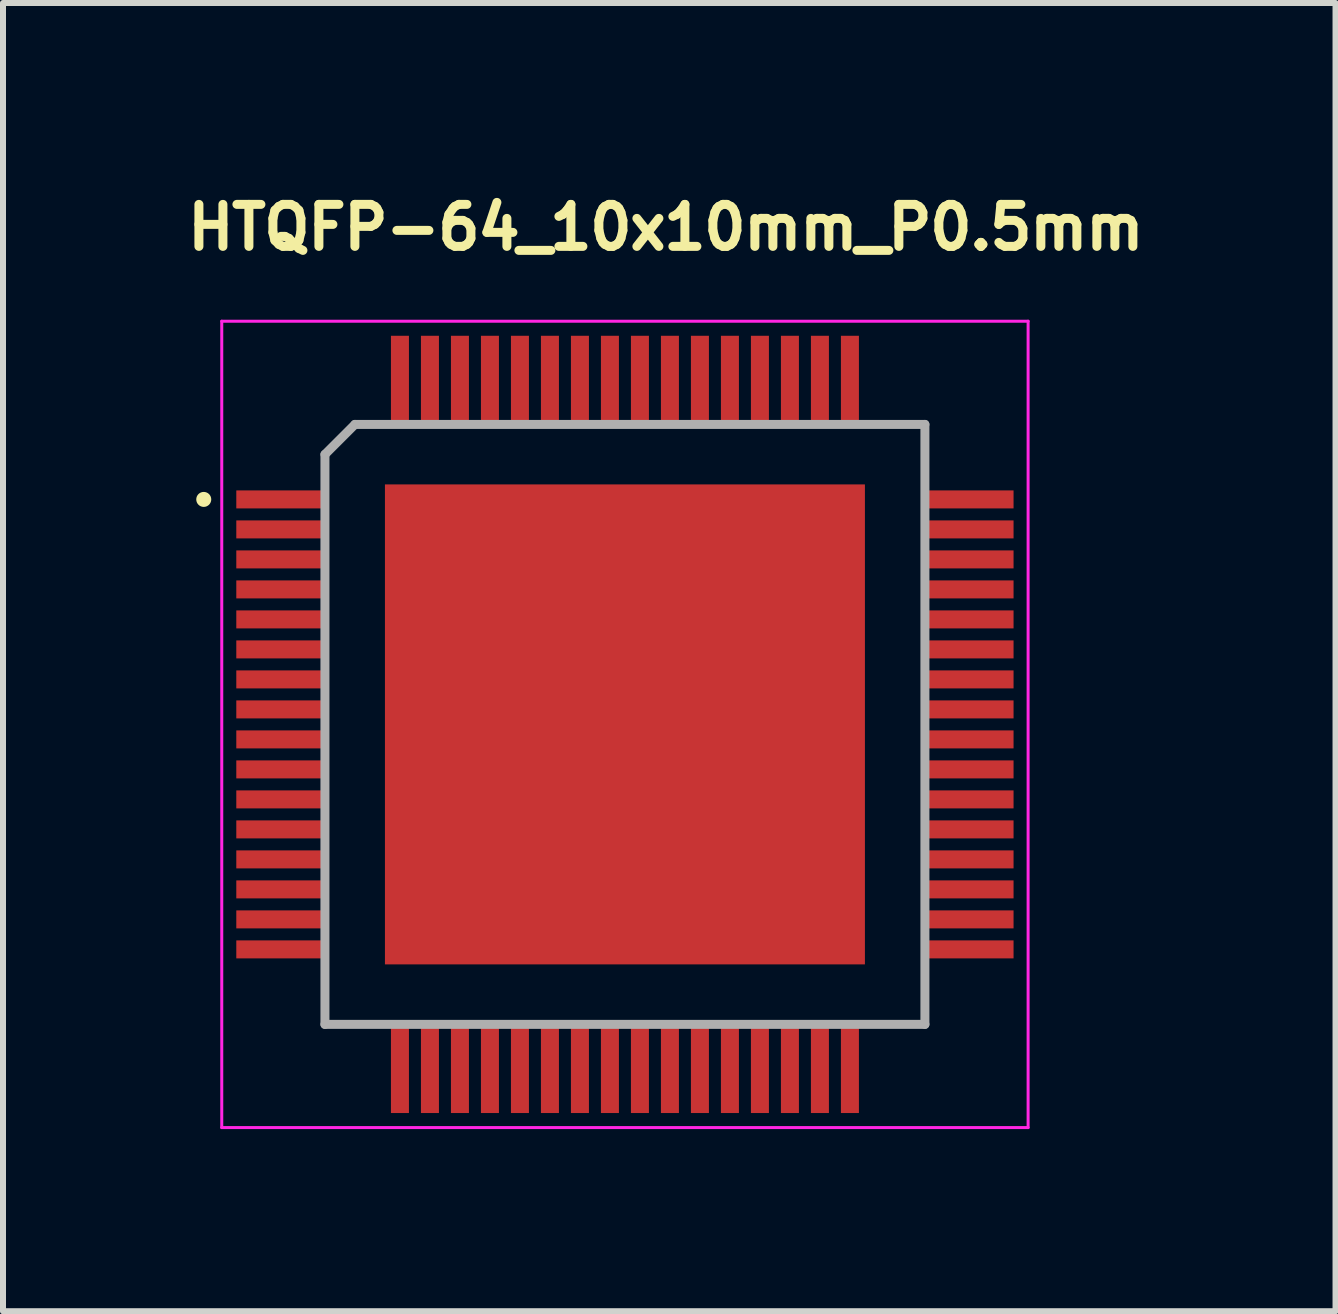
<source format=kicad_pcb>
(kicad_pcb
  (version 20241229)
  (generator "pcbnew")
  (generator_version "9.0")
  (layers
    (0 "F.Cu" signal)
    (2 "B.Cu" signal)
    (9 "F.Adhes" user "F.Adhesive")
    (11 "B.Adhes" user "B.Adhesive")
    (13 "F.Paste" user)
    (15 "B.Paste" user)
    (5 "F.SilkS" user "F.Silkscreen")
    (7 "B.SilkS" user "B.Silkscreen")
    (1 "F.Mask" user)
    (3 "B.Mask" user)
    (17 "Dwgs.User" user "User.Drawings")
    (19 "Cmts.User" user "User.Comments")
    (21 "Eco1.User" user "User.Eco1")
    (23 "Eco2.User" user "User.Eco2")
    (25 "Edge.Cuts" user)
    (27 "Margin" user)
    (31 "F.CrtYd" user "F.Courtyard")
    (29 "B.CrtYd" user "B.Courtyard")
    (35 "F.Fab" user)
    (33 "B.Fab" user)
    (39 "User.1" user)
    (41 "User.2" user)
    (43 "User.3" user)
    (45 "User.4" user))
  (footprint "HTQFP-64_10x10mm_P0.5mm"
    (layer "F.Cu")
    (at 7.366 9.024)
    (property "Reference" "HTQFP-64_10x10mm_P0.5mm" (at -7.366 -7.874 0) (layer "F.SilkS") (effects (font (size 0.7 0.7) (thickness 0.15)) (justify left bottom)))
    (attr smd)
    (fp_circle (center -7.02 -3.75) (end -6.97 -3.75) (stroke (width 0.15) (type solid)) (fill yes) (layer "F.SilkS"))
    (fp_line (start -6.72 -6.72) (end 6.72 -6.72) (stroke (width 0.05) (type solid)) (layer "F.CrtYd"))
    (fp_line (start -6.72 6.72) (end -6.72 -6.72) (stroke (width 0.05) (type solid)) (layer "F.CrtYd"))
    (fp_line (start 6.72 -6.72) (end 6.72 6.72) (stroke (width 0.05) (type solid)) (layer "F.CrtYd"))
    (fp_line (start 6.72 6.72) (end -6.72 6.72) (stroke (width 0.05) (type solid)) (layer "F.CrtYd"))
    (fp_line (start -5 -4.5) (end -4.5 -5) (stroke (width 0.15) (type solid)) (layer "F.Fab"))
    (fp_line (start -5 5) (end -5 -4.5) (stroke (width 0.15) (type solid)) (layer "F.Fab"))
    (fp_line (start -4.5 -5) (end 5 -5) (stroke (width 0.15) (type solid)) (layer "F.Fab"))
    (fp_line (start 5 -5) (end 5 5) (stroke (width 0.15) (type solid)) (layer "F.Fab"))
    (fp_line (start 5 5) (end -5 5) (stroke (width 0.15) (type solid)) (layer "F.Fab"))
    (fp_rect (start -6.731 -6.731) (end 6.731 6.731) (stroke (width 0.1) (type solid)) (fill no) (layer "User.5"))
    (fp_line (start -6.015 -3.86) (end -6.015 -3.64) (stroke (width 0.02) (type solid)) (layer "User.9"))
    (fp_line (start -6.015 -3.36) (end -6.015 -3.14) (stroke (width 0.02) (type solid)) (layer "User.9"))
    (fp_line (start -6.015 -2.86) (end -6.015 -2.64) (stroke (width 0.02) (type solid)) (layer "User.9"))
    (fp_line (start -6.015 -2.36) (end -6.015 -2.14) (stroke (width 0.02) (type solid)) (layer "User.9"))
    (fp_line (start -6.015 -1.86) (end -6.015 -1.64) (stroke (width 0.02) (type solid)) (layer "User.9"))
    (fp_line (start -6.015 -1.36) (end -6.015 -1.14) (stroke (width 0.02) (type solid)) (layer "User.9"))
    (fp_line (start -6.015 -0.86) (end -6.015 -0.64) (stroke (width 0.02) (type solid)) (layer "User.9"))
    (fp_line (start -6.015 -0.36) (end -6.015 -0.14) (stroke (width 0.02) (type solid)) (layer "User.9"))
    (fp_line (start -6.015 0.14) (end -6.015 0.36) (stroke (width 0.02) (type solid)) (layer "User.9"))
    (fp_line (start -6.015 0.64) (end -6.015 0.86) (stroke (width 0.02) (type solid)) (layer "User.9"))
    (fp_line (start -6.015 1.14) (end -6.015 1.36) (stroke (width 0.02) (type solid)) (layer "User.9"))
    (fp_line (start -6.015 1.64) (end -6.015 1.86) (stroke (width 0.02) (type solid)) (layer "User.9"))
    (fp_line (start -6.015 2.14) (end -6.015 2.36) (stroke (width 0.02) (type solid)) (layer "User.9"))
    (fp_line (start -6.015 2.64) (end -6.015 2.86) (stroke (width 0.02) (type solid)) (layer "User.9"))
    (fp_line (start -6.015 3.14) (end -6.015 3.36) (stroke (width 0.02) (type solid)) (layer "User.9"))
    (fp_line (start -6.015 3.64) (end -6.015 3.86) (stroke (width 0.02) (type solid)) (layer "User.9"))
    (fp_line (start -5.597 -3.86) (end -6.015 -3.86) (stroke (width 0.02) (type solid)) (layer "User.9"))
    (fp_line (start -5.597 -3.86) (end -5.528 -3.86) (stroke (width 0.02) (type solid)) (layer "User.9"))
    (fp_line (start -5.597 -3.64) (end -6.015 -3.64) (stroke (width 0.02) (type solid)) (layer "User.9"))
    (fp_line (start -5.597 -3.64) (end -5.528 -3.64) (stroke (width 0.02) (type solid)) (layer "User.9"))
    (fp_line (start -5.597 -3.36) (end -6.015 -3.36) (stroke (width 0.02) (type solid)) (layer "User.9"))
    (fp_line (start -5.597 -3.36) (end -5.528 -3.36) (stroke (width 0.02) (type solid)) (layer "User.9"))
    (fp_line (start -5.597 -3.14) (end -6.015 -3.14) (stroke (width 0.02) (type solid)) (layer "User.9"))
    (fp_line (start -5.597 -3.14) (end -5.528 -3.14) (stroke (width 0.02) (type solid)) (layer "User.9"))
    (fp_line (start -5.597 -2.86) (end -6.015 -2.86) (stroke (width 0.02) (type solid)) (layer "User.9"))
    (fp_line (start -5.597 -2.86) (end -5.528 -2.86) (stroke (width 0.02) (type solid)) (layer "User.9"))
    (fp_line (start -5.597 -2.64) (end -6.015 -2.64) (stroke (width 0.02) (type solid)) (layer "User.9"))
    (fp_line (start -5.597 -2.64) (end -5.528 -2.64) (stroke (width 0.02) (type solid)) (layer "User.9"))
    (fp_line (start -5.597 -2.36) (end -6.015 -2.36) (stroke (width 0.02) (type solid)) (layer "User.9"))
    (fp_line (start -5.597 -2.36) (end -5.528 -2.36) (stroke (width 0.02) (type solid)) (layer "User.9"))
    (fp_line (start -5.597 -2.14) (end -6.015 -2.14) (stroke (width 0.02) (type solid)) (layer "User.9"))
    (fp_line (start -5.597 -2.14) (end -5.528 -2.14) (stroke (width 0.02) (type solid)) (layer "User.9"))
    (fp_line (start -5.597 -1.86) (end -6.015 -1.86) (stroke (width 0.02) (type solid)) (layer "User.9"))
    (fp_line (start -5.597 -1.86) (end -5.528 -1.86) (stroke (width 0.02) (type solid)) (layer "User.9"))
    (fp_line (start -5.597 -1.64) (end -6.015 -1.64) (stroke (width 0.02) (type solid)) (layer "User.9"))
    (fp_line (start -5.597 -1.64) (end -5.528 -1.64) (stroke (width 0.02) (type solid)) (layer "User.9"))
    (fp_line (start -5.597 -1.36) (end -6.015 -1.36) (stroke (width 0.02) (type solid)) (layer "User.9"))
    (fp_line (start -5.597 -1.36) (end -5.528 -1.36) (stroke (width 0.02) (type solid)) (layer "User.9"))
    (fp_line (start -5.597 -1.14) (end -6.015 -1.14) (stroke (width 0.02) (type solid)) (layer "User.9"))
    (fp_line (start -5.597 -1.14) (end -5.528 -1.14) (stroke (width 0.02) (type solid)) (layer "User.9"))
    (fp_line (start -5.597 -0.86) (end -6.015 -0.86) (stroke (width 0.02) (type solid)) (layer "User.9"))
    (fp_line (start -5.597 -0.86) (end -5.528 -0.86) (stroke (width 0.02) (type solid)) (layer "User.9"))
    (fp_line (start -5.597 -0.64) (end -6.015 -0.64) (stroke (width 0.02) (type solid)) (layer "User.9"))
    (fp_line (start -5.597 -0.64) (end -5.528 -0.64) (stroke (width 0.02) (type solid)) (layer "User.9"))
    (fp_line (start -5.597 -0.36) (end -6.015 -0.36) (stroke (width 0.02) (type solid)) (layer "User.9"))
    (fp_line (start -5.597 -0.36) (end -5.528 -0.36) (stroke (width 0.02) (type solid)) (layer "User.9"))
    (fp_line (start -5.597 -0.14) (end -6.015 -0.14) (stroke (width 0.02) (type solid)) (layer "User.9"))
    (fp_line (start -5.597 -0.14) (end -5.528 -0.14) (stroke (width 0.02) (type solid)) (layer "User.9"))
    (fp_line (start -5.597 0.14) (end -6.015 0.14) (stroke (width 0.02) (type solid)) (layer "User.9"))
    (fp_line (start -5.597 0.14) (end -5.528 0.14) (stroke (width 0.02) (type solid)) (layer "User.9"))
    (fp_line (start -5.597 0.36) (end -6.015 0.36) (stroke (width 0.02) (type solid)) (layer "User.9"))
    (fp_line (start -5.597 0.36) (end -5.528 0.36) (stroke (width 0.02) (type solid)) (layer "User.9"))
    (fp_line (start -5.597 0.64) (end -6.015 0.64) (stroke (width 0.02) (type solid)) (layer "User.9"))
    (fp_line (start -5.597 0.64) (end -5.528 0.64) (stroke (width 0.02) (type solid)) (layer "User.9"))
    (fp_line (start -5.597 0.86) (end -6.015 0.86) (stroke (width 0.02) (type solid)) (layer "User.9"))
    (fp_line (start -5.597 0.86) (end -5.528 0.86) (stroke (width 0.02) (type solid)) (layer "User.9"))
    (fp_line (start -5.597 1.14) (end -6.015 1.14) (stroke (width 0.02) (type solid)) (layer "User.9"))
    (fp_line (start -5.597 1.14) (end -5.528 1.14) (stroke (width 0.02) (type solid)) (layer "User.9"))
    (fp_line (start -5.597 1.36) (end -6.015 1.36) (stroke (width 0.02) (type solid)) (layer "User.9"))
    (fp_line (start -5.597 1.36) (end -5.528 1.36) (stroke (width 0.02) (type solid)) (layer "User.9"))
    (fp_line (start -5.597 1.64) (end -6.015 1.64) (stroke (width 0.02) (type solid)) (layer "User.9"))
    (fp_line (start -5.597 1.64) (end -5.528 1.64) (stroke (width 0.02) (type solid)) (layer "User.9"))
    (fp_line (start -5.597 1.86) (end -6.015 1.86) (stroke (width 0.02) (type solid)) (layer "User.9"))
    (fp_line (start -5.597 1.86) (end -5.528 1.86) (stroke (width 0.02) (type solid)) (layer "User.9"))
    (fp_line (start -5.597 2.14) (end -6.015 2.14) (stroke (width 0.02) (type solid)) (layer "User.9"))
    (fp_line (start -5.597 2.14) (end -5.528 2.14) (stroke (width 0.02) (type solid)) (layer "User.9"))
    (fp_line (start -5.597 2.36) (end -6.015 2.36) (stroke (width 0.02) (type solid)) (layer "User.9"))
    (fp_line (start -5.597 2.36) (end -5.528 2.36) (stroke (width 0.02) (type solid)) (layer "User.9"))
    (fp_line (start -5.597 2.64) (end -6.015 2.64) (stroke (width 0.02) (type solid)) (layer "User.9"))
    (fp_line (start -5.597 2.64) (end -5.528 2.64) (stroke (width 0.02) (type solid)) (layer "User.9"))
    (fp_line (start -5.597 2.86) (end -6.015 2.86) (stroke (width 0.02) (type solid)) (layer "User.9"))
    (fp_line (start -5.597 2.86) (end -5.528 2.86) (stroke (width 0.02) (type solid)) (layer "User.9"))
    (fp_line (start -5.597 3.14) (end -6.015 3.14) (stroke (width 0.02) (type solid)) (layer "User.9"))
    (fp_line (start -5.597 3.14) (end -5.528 3.14) (stroke (width 0.02) (type solid)) (layer "User.9"))
    (fp_line (start -5.597 3.36) (end -6.015 3.36) (stroke (width 0.02) (type solid)) (layer "User.9"))
    (fp_line (start -5.597 3.36) (end -5.528 3.36) (stroke (width 0.02) (type solid)) (layer "User.9"))
    (fp_line (start -5.597 3.64) (end -6.015 3.64) (stroke (width 0.02) (type solid)) (layer "User.9"))
    (fp_line (start -5.597 3.64) (end -5.528 3.64) (stroke (width 0.02) (type solid)) (layer "User.9"))
    (fp_line (start -5.597 3.86) (end -6.015 3.86) (stroke (width 0.02) (type solid)) (layer "User.9"))
    (fp_line (start -5.597 3.86) (end -5.528 3.86) (stroke (width 0.02) (type solid)) (layer "User.9"))
    (fp_line (start -5.528 -3.86) (end -5.508 -3.86) (stroke (width 0.02) (type solid)) (layer "User.9"))
    (fp_line (start -5.528 -3.36) (end -5.508 -3.36) (stroke (width 0.02) (type solid)) (layer "User.9"))
    (fp_line (start -5.528 -2.86) (end -5.508 -2.86) (stroke (width 0.02) (type solid)) (layer "User.9"))
    (fp_line (start -5.528 -2.36) (end -5.508 -2.36) (stroke (width 0.02) (type solid)) (layer "User.9"))
    (fp_line (start -5.528 -1.86) (end -5.508 -1.86) (stroke (width 0.02) (type solid)) (layer "User.9"))
    (fp_line (start -5.528 -1.36) (end -5.508 -1.36) (stroke (width 0.02) (type solid)) (layer "User.9"))
    (fp_line (start -5.528 -0.86) (end -5.508 -0.86) (stroke (width 0.02) (type solid)) (layer "User.9"))
    (fp_line (start -5.528 -0.36) (end -5.508 -0.36) (stroke (width 0.02) (type solid)) (layer "User.9"))
    (fp_line (start -5.528 0.14) (end -5.508 0.14) (stroke (width 0.02) (type solid)) (layer "User.9"))
    (fp_line (start -5.528 0.64) (end -5.508 0.64) (stroke (width 0.02) (type solid)) (layer "User.9"))
    (fp_line (start -5.528 1.14) (end -5.508 1.14) (stroke (width 0.02) (type solid)) (layer "User.9"))
    (fp_line (start -5.528 1.64) (end -5.508 1.64) (stroke (width 0.02) (type solid)) (layer "User.9"))
    (fp_line (start -5.528 2.14) (end -5.508 2.14) (stroke (width 0.02) (type solid)) (layer "User.9"))
    (fp_line (start -5.528 2.64) (end -5.508 2.64) (stroke (width 0.02) (type solid)) (layer "User.9"))
    (fp_line (start -5.528 3.14) (end -5.508 3.14) (stroke (width 0.02) (type solid)) (layer "User.9"))
    (fp_line (start -5.528 3.64) (end -5.508 3.64) (stroke (width 0.02) (type solid)) (layer "User.9"))
    (fp_line (start -5.508 -3.86) (end -5.302 -3.86) (stroke (width 0.02) (type solid)) (layer "User.9"))
    (fp_line (start -5.508 -3.64) (end -5.528 -3.64) (stroke (width 0.02) (type solid)) (layer "User.9"))
    (fp_line (start -5.508 -3.64) (end -5.302 -3.64) (stroke (width 0.02) (type solid)) (layer "User.9"))
    (fp_line (start -5.508 -3.36) (end -5.302 -3.36) (stroke (width 0.02) (type solid)) (layer "User.9"))
    (fp_line (start -5.508 -3.14) (end -5.528 -3.14) (stroke (width 0.02) (type solid)) (layer "User.9"))
    (fp_line (start -5.508 -3.14) (end -5.302 -3.14) (stroke (width 0.02) (type solid)) (layer "User.9"))
    (fp_line (start -5.508 -2.86) (end -5.302 -2.86) (stroke (width 0.02) (type solid)) (layer "User.9"))
    (fp_line (start -5.508 -2.64) (end -5.528 -2.64) (stroke (width 0.02) (type solid)) (layer "User.9"))
    (fp_line (start -5.508 -2.64) (end -5.302 -2.64) (stroke (width 0.02) (type solid)) (layer "User.9"))
    (fp_line (start -5.508 -2.36) (end -5.302 -2.36) (stroke (width 0.02) (type solid)) (layer "User.9"))
    (fp_line (start -5.508 -2.14) (end -5.528 -2.14) (stroke (width 0.02) (type solid)) (layer "User.9"))
    (fp_line (start -5.508 -2.14) (end -5.302 -2.14) (stroke (width 0.02) (type solid)) (layer "User.9"))
    (fp_line (start -5.508 -1.86) (end -5.302 -1.86) (stroke (width 0.02) (type solid)) (layer "User.9"))
    (fp_line (start -5.508 -1.64) (end -5.528 -1.64) (stroke (width 0.02) (type solid)) (layer "User.9"))
    (fp_line (start -5.508 -1.64) (end -5.302 -1.64) (stroke (width 0.02) (type solid)) (layer "User.9"))
    (fp_line (start -5.508 -1.36) (end -5.302 -1.36) (stroke (width 0.02) (type solid)) (layer "User.9"))
    (fp_line (start -5.508 -1.14) (end -5.528 -1.14) (stroke (width 0.02) (type solid)) (layer "User.9"))
    (fp_line (start -5.508 -1.14) (end -5.302 -1.14) (stroke (width 0.02) (type solid)) (layer "User.9"))
    (fp_line (start -5.508 -0.86) (end -5.302 -0.86) (stroke (width 0.02) (type solid)) (layer "User.9"))
    (fp_line (start -5.508 -0.64) (end -5.528 -0.64) (stroke (width 0.02) (type solid)) (layer "User.9"))
    (fp_line (start -5.508 -0.64) (end -5.302 -0.64) (stroke (width 0.02) (type solid)) (layer "User.9"))
    (fp_line (start -5.508 -0.36) (end -5.302 -0.36) (stroke (width 0.02) (type solid)) (layer "User.9"))
    (fp_line (start -5.508 -0.14) (end -5.528 -0.14) (stroke (width 0.02) (type solid)) (layer "User.9"))
    (fp_line (start -5.508 -0.14) (end -5.302 -0.14) (stroke (width 0.02) (type solid)) (layer "User.9"))
    (fp_line (start -5.508 0.14) (end -5.302 0.14) (stroke (width 0.02) (type solid)) (layer "User.9"))
    (fp_line (start -5.508 0.36) (end -5.528 0.36) (stroke (width 0.02) (type solid)) (layer "User.9"))
    (fp_line (start -5.508 0.36) (end -5.302 0.36) (stroke (width 0.02) (type solid)) (layer "User.9"))
    (fp_line (start -5.508 0.64) (end -5.302 0.64) (stroke (width 0.02) (type solid)) (layer "User.9"))
    (fp_line (start -5.508 0.86) (end -5.528 0.86) (stroke (width 0.02) (type solid)) (layer "User.9"))
    (fp_line (start -5.508 0.86) (end -5.302 0.86) (stroke (width 0.02) (type solid)) (layer "User.9"))
    (fp_line (start -5.508 1.14) (end -5.302 1.14) (stroke (width 0.02) (type solid)) (layer "User.9"))
    (fp_line (start -5.508 1.36) (end -5.528 1.36) (stroke (width 0.02) (type solid)) (layer "User.9"))
    (fp_line (start -5.508 1.36) (end -5.302 1.36) (stroke (width 0.02) (type solid)) (layer "User.9"))
    (fp_line (start -5.508 1.64) (end -5.302 1.64) (stroke (width 0.02) (type solid)) (layer "User.9"))
    (fp_line (start -5.508 1.86) (end -5.528 1.86) (stroke (width 0.02) (type solid)) (layer "User.9"))
    (fp_line (start -5.508 1.86) (end -5.302 1.86) (stroke (width 0.02) (type solid)) (layer "User.9"))
    (fp_line (start -5.508 2.14) (end -5.302 2.14) (stroke (width 0.02) (type solid)) (layer "User.9"))
    (fp_line (start -5.508 2.36) (end -5.528 2.36) (stroke (width 0.02) (type solid)) (layer "User.9"))
    (fp_line (start -5.508 2.36) (end -5.302 2.36) (stroke (width 0.02) (type solid)) (layer "User.9"))
    (fp_line (start -5.508 2.64) (end -5.302 2.64) (stroke (width 0.02) (type solid)) (layer "User.9"))
    (fp_line (start -5.508 2.86) (end -5.528 2.86) (stroke (width 0.02) (type solid)) (layer "User.9"))
    (fp_line (start -5.508 2.86) (end -5.302 2.86) (stroke (width 0.02) (type solid)) (layer "User.9"))
    (fp_line (start -5.508 3.14) (end -5.302 3.14) (stroke (width 0.02) (type solid)) (layer "User.9"))
    (fp_line (start -5.508 3.36) (end -5.528 3.36) (stroke (width 0.02) (type solid)) (layer "User.9"))
    (fp_line (start -5.508 3.36) (end -5.302 3.36) (stroke (width 0.02) (type solid)) (layer "User.9"))
    (fp_line (start -5.508 3.64) (end -5.302 3.64) (stroke (width 0.02) (type solid)) (layer "User.9"))
    (fp_line (start -5.508 3.86) (end -5.528 3.86) (stroke (width 0.02) (type solid)) (layer "User.9"))
    (fp_line (start -5.508 3.86) (end -5.302 3.86) (stroke (width 0.02) (type solid)) (layer "User.9"))
    (fp_line (start -5 -4.454) (end -5 -4.448) (stroke (width 0.02) (type solid)) (layer "User.9"))
    (fp_line (start -5 -4.448) (end -5 4.448) (stroke (width 0.02) (type solid)) (layer "User.9"))
    (fp_line (start -5 -3.86) (end -5.302 -3.86) (stroke (width 0.02) (type solid)) (layer "User.9"))
    (fp_line (start -5 -3.86) (end -5 -3.64) (stroke (width 0.02) (type solid)) (layer "User.9"))
    (fp_line (start -5 -3.64) (end -5.302 -3.64) (stroke (width 0.02) (type solid)) (layer "User.9"))
    (fp_line (start -5 -3.36) (end -5.302 -3.36) (stroke (width 0.02) (type solid)) (layer "User.9"))
    (fp_line (start -5 -3.36) (end -5 -3.14) (stroke (width 0.02) (type solid)) (layer "User.9"))
    (fp_line (start -5 -3.14) (end -5.302 -3.14) (stroke (width 0.02) (type solid)) (layer "User.9"))
    (fp_line (start -5 -2.86) (end -5.302 -2.86) (stroke (width 0.02) (type solid)) (layer "User.9"))
    (fp_line (start -5 -2.86) (end -5 -2.64) (stroke (width 0.02) (type solid)) (layer "User.9"))
    (fp_line (start -5 -2.64) (end -5.302 -2.64) (stroke (width 0.02) (type solid)) (layer "User.9"))
    (fp_line (start -5 -2.36) (end -5.302 -2.36) (stroke (width 0.02) (type solid)) (layer "User.9"))
    (fp_line (start -5 -2.36) (end -5 -2.14) (stroke (width 0.02) (type solid)) (layer "User.9"))
    (fp_line (start -5 -2.14) (end -5.302 -2.14) (stroke (width 0.02) (type solid)) (layer "User.9"))
    (fp_line (start -5 -1.86) (end -5.302 -1.86) (stroke (width 0.02) (type solid)) (layer "User.9"))
    (fp_line (start -5 -1.86) (end -5 -1.64) (stroke (width 0.02) (type solid)) (layer "User.9"))
    (fp_line (start -5 -1.64) (end -5.302 -1.64) (stroke (width 0.02) (type solid)) (layer "User.9"))
    (fp_line (start -5 -1.36) (end -5.302 -1.36) (stroke (width 0.02) (type solid)) (layer "User.9"))
    (fp_line (start -5 -1.36) (end -5 -1.14) (stroke (width 0.02) (type solid)) (layer "User.9"))
    (fp_line (start -5 -1.14) (end -5.302 -1.14) (stroke (width 0.02) (type solid)) (layer "User.9"))
    (fp_line (start -5 -0.86) (end -5.302 -0.86) (stroke (width 0.02) (type solid)) (layer "User.9"))
    (fp_line (start -5 -0.86) (end -5 -0.64) (stroke (width 0.02) (type solid)) (layer "User.9"))
    (fp_line (start -5 -0.64) (end -5.302 -0.64) (stroke (width 0.02) (type solid)) (layer "User.9"))
    (fp_line (start -5 -0.36) (end -5.302 -0.36) (stroke (width 0.02) (type solid)) (layer "User.9"))
    (fp_line (start -5 -0.36) (end -5 -0.14) (stroke (width 0.02) (type solid)) (layer "User.9"))
    (fp_line (start -5 -0.14) (end -5.302 -0.14) (stroke (width 0.02) (type solid)) (layer "User.9"))
    (fp_line (start -5 0.14) (end -5.302 0.14) (stroke (width 0.02) (type solid)) (layer "User.9"))
    (fp_line (start -5 0.14) (end -5 0.36) (stroke (width 0.02) (type solid)) (layer "User.9"))
    (fp_line (start -5 0.36) (end -5.302 0.36) (stroke (width 0.02) (type solid)) (layer "User.9"))
    (fp_line (start -5 0.64) (end -5.302 0.64) (stroke (width 0.02) (type solid)) (layer "User.9"))
    (fp_line (start -5 0.64) (end -5 0.86) (stroke (width 0.02) (type solid)) (layer "User.9"))
    (fp_line (start -5 0.86) (end -5.302 0.86) (stroke (width 0.02) (type solid)) (layer "User.9"))
    (fp_line (start -5 1.14) (end -5.302 1.14) (stroke (width 0.02) (type solid)) (layer "User.9"))
    (fp_line (start -5 1.14) (end -5 1.36) (stroke (width 0.02) (type solid)) (layer "User.9"))
    (fp_line (start -5 1.36) (end -5.302 1.36) (stroke (width 0.02) (type solid)) (layer "User.9"))
    (fp_line (start -5 1.64) (end -5.302 1.64) (stroke (width 0.02) (type solid)) (layer "User.9"))
    (fp_line (start -5 1.64) (end -5 1.86) (stroke (width 0.02) (type solid)) (layer "User.9"))
    (fp_line (start -5 1.86) (end -5.302 1.86) (stroke (width 0.02) (type solid)) (layer "User.9"))
    (fp_line (start -5 2.14) (end -5.302 2.14) (stroke (width 0.02) (type solid)) (layer "User.9"))
    (fp_line (start -5 2.14) (end -5 2.36) (stroke (width 0.02) (type solid)) (layer "User.9"))
    (fp_line (start -5 2.36) (end -5.302 2.36) (stroke (width 0.02) (type solid)) (layer "User.9"))
    (fp_line (start -5 2.64) (end -5.302 2.64) (stroke (width 0.02) (type solid)) (layer "User.9"))
    (fp_line (start -5 2.64) (end -5 2.86) (stroke (width 0.02) (type solid)) (layer "User.9"))
    (fp_line (start -5 2.86) (end -5.302 2.86) (stroke (width 0.02) (type solid)) (layer "User.9"))
    (fp_line (start -5 3.14) (end -5.302 3.14) (stroke (width 0.02) (type solid)) (layer "User.9"))
    (fp_line (start -5 3.14) (end -5 3.36) (stroke (width 0.02) (type solid)) (layer "User.9"))
    (fp_line (start -5 3.36) (end -5.302 3.36) (stroke (width 0.02) (type solid)) (layer "User.9"))
    (fp_line (start -5 3.64) (end -5.302 3.64) (stroke (width 0.02) (type solid)) (layer "User.9"))
    (fp_line (start -5 3.64) (end -5 3.86) (stroke (width 0.02) (type solid)) (layer "User.9"))
    (fp_line (start -5 3.86) (end -5.302 3.86) (stroke (width 0.02) (type solid)) (layer "User.9"))
    (fp_line (start -5 4.454) (end -5 4.448) (stroke (width 0.02) (type solid)) (layer "User.9"))
    (fp_line (start -4.999 -4.461) (end -5 -4.454) (stroke (width 0.02) (type solid)) (layer "User.9"))
    (fp_line (start -4.999 4.461) (end -5 4.454) (stroke (width 0.02) (type solid)) (layer "User.9"))
    (fp_line (start -4.998 -4.467) (end -4.999 -4.461) (stroke (width 0.02) (type solid)) (layer "User.9"))
    (fp_line (start -4.998 4.467) (end -4.999 4.461) (stroke (width 0.02) (type solid)) (layer "User.9"))
    (fp_line (start -4.997 -4.473) (end -4.998 -4.467) (stroke (width 0.02) (type solid)) (layer "User.9"))
    (fp_line (start -4.997 4.473) (end -4.998 4.467) (stroke (width 0.02) (type solid)) (layer "User.9"))
    (fp_line (start -4.996 -4.479) (end -4.997 -4.473) (stroke (width 0.02) (type solid)) (layer "User.9"))
    (fp_line (start -4.996 4.479) (end -4.997 4.473) (stroke (width 0.02) (type solid)) (layer "User.9"))
    (fp_line (start -4.994 -4.485) (end -4.996 -4.479) (stroke (width 0.02) (type solid)) (layer "User.9"))
    (fp_line (start -4.994 4.485) (end -4.996 4.479) (stroke (width 0.02) (type solid)) (layer "User.9"))
    (fp_line (start -4.992 -4.49) (end -4.994 -4.485) (stroke (width 0.02) (type solid)) (layer "User.9"))
    (fp_line (start -4.992 4.49) (end -4.994 4.485) (stroke (width 0.02) (type solid)) (layer "User.9"))
    (fp_line (start -4.99 -4.496) (end -4.992 -4.49) (stroke (width 0.02) (type solid)) (layer "User.9"))
    (fp_line (start -4.99 4.496) (end -4.992 4.49) (stroke (width 0.02) (type solid)) (layer "User.9"))
    (fp_line (start -4.988 -4.501) (end -4.99 -4.496) (stroke (width 0.02) (type solid)) (layer "User.9"))
    (fp_line (start -4.988 4.502) (end -4.99 4.496) (stroke (width 0.02) (type solid)) (layer "User.9"))
    (fp_line (start -4.985 -4.507) (end -4.988 -4.501) (stroke (width 0.02) (type solid)) (layer "User.9"))
    (fp_line (start -4.985 4.507) (end -4.988 4.502) (stroke (width 0.02) (type solid)) (layer "User.9"))
    (fp_line (start -4.982 -4.512) (end -4.985 -4.507) (stroke (width 0.02) (type solid)) (layer "User.9"))
    (fp_line (start -4.982 4.512) (end -4.985 4.507) (stroke (width 0.02) (type solid)) (layer "User.9"))
    (fp_line (start -4.979 -4.517) (end -4.982 -4.512) (stroke (width 0.02) (type solid)) (layer "User.9"))
    (fp_line (start -4.979 4.517) (end -4.982 4.512) (stroke (width 0.02) (type solid)) (layer "User.9"))
    (fp_line (start -4.975 -4.522) (end -4.979 -4.517) (stroke (width 0.02) (type solid)) (layer "User.9"))
    (fp_line (start -4.975 4.522) (end -4.979 4.517) (stroke (width 0.02) (type solid)) (layer "User.9"))
    (fp_line (start -4.972 -4.527) (end -4.975 -4.522) (stroke (width 0.02) (type solid)) (layer "User.9"))
    (fp_line (start -4.972 4.527) (end -4.975 4.522) (stroke (width 0.02) (type solid)) (layer "User.9"))
    (fp_line (start -4.968 -4.532) (end -4.972 -4.527) (stroke (width 0.02) (type solid)) (layer "User.9"))
    (fp_line (start -4.968 4.532) (end -4.972 4.527) (stroke (width 0.02) (type solid)) (layer "User.9"))
    (fp_line (start -4.963 -4.537) (end -4.968 -4.532) (stroke (width 0.02) (type solid)) (layer "User.9"))
    (fp_line (start -4.963 -4.537) (end -4.537 -4.963) (stroke (width 0.02) (type solid)) (layer "User.9"))
    (fp_line (start -4.963 4.537) (end -4.968 4.532) (stroke (width 0.02) (type solid)) (layer "User.9"))
    (fp_line (start -4.537 -4.963) (end -4.532 -4.968) (stroke (width 0.02) (type solid)) (layer "User.9"))
    (fp_line (start -4.537 4.963) (end -4.963 4.537) (stroke (width 0.02) (type solid)) (layer "User.9"))
    (fp_line (start -4.537 4.963) (end -4.532 4.968) (stroke (width 0.02) (type solid)) (layer "User.9"))
    (fp_line (start -4.532 -4.968) (end -4.527 -4.972) (stroke (width 0.02) (type solid)) (layer "User.9"))
    (fp_line (start -4.532 4.968) (end -4.527 4.972) (stroke (width 0.02) (type solid)) (layer "User.9"))
    (fp_line (start -4.527 -4.972) (end -4.522 -4.975) (stroke (width 0.02) (type solid)) (layer "User.9"))
    (fp_line (start -4.527 4.972) (end -4.522 4.975) (stroke (width 0.02) (type solid)) (layer "User.9"))
    (fp_line (start -4.522 -4.975) (end -4.517 -4.979) (stroke (width 0.02) (type solid)) (layer "User.9"))
    (fp_line (start -4.522 4.975) (end -4.517 4.979) (stroke (width 0.02) (type solid)) (layer "User.9"))
    (fp_line (start -4.517 -4.979) (end -4.512 -4.982) (stroke (width 0.02) (type solid)) (layer "User.9"))
    (fp_line (start -4.517 4.979) (end -4.512 4.982) (stroke (width 0.02) (type solid)) (layer "User.9"))
    (fp_line (start -4.512 -4.982) (end -4.507 -4.985) (stroke (width 0.02) (type solid)) (layer "User.9"))
    (fp_line (start -4.512 4.982) (end -4.507 4.985) (stroke (width 0.02) (type solid)) (layer "User.9"))
    (fp_line (start -4.507 -4.985) (end -4.501 -4.988) (stroke (width 0.02) (type solid)) (layer "User.9"))
    (fp_line (start -4.507 4.985) (end -4.502 4.988) (stroke (width 0.02) (type solid)) (layer "User.9"))
    (fp_line (start -4.502 4.988) (end -4.496 4.99) (stroke (width 0.02) (type solid)) (layer "User.9"))
    (fp_line (start -4.501 -4.988) (end -4.496 -4.99) (stroke (width 0.02) (type solid)) (layer "User.9"))
    (fp_line (start -4.496 -4.99) (end -4.49 -4.992) (stroke (width 0.02) (type solid)) (layer "User.9"))
    (fp_line (start -4.496 4.99) (end -4.49 4.992) (stroke (width 0.02) (type solid)) (layer "User.9"))
    (fp_line (start -4.49 -4.992) (end -4.485 -4.994) (stroke (width 0.02) (type solid)) (layer "User.9"))
    (fp_line (start -4.49 4.992) (end -4.485 4.994) (stroke (width 0.02) (type solid)) (layer "User.9"))
    (fp_line (start -4.485 -4.994) (end -4.479 -4.996) (stroke (width 0.02) (type solid)) (layer "User.9"))
    (fp_line (start -4.485 4.994) (end -4.479 4.996) (stroke (width 0.02) (type solid)) (layer "User.9"))
    (fp_line (start -4.479 -4.996) (end -4.473 -4.997) (stroke (width 0.02) (type solid)) (layer "User.9"))
    (fp_line (start -4.479 4.996) (end -4.473 4.997) (stroke (width 0.02) (type solid)) (layer "User.9"))
    (fp_line (start -4.473 -4.997) (end -4.467 -4.998) (stroke (width 0.02) (type solid)) (layer "User.9"))
    (fp_line (start -4.473 4.997) (end -4.467 4.998) (stroke (width 0.02) (type solid)) (layer "User.9"))
    (fp_line (start -4.467 -4.998) (end -4.461 -4.999) (stroke (width 0.02) (type solid)) (layer "User.9"))
    (fp_line (start -4.467 4.998) (end -4.461 4.999) (stroke (width 0.02) (type solid)) (layer "User.9"))
    (fp_line (start -4.461 -4.999) (end -4.454 -5) (stroke (width 0.02) (type solid)) (layer "User.9"))
    (fp_line (start -4.461 4.999) (end -4.454 5) (stroke (width 0.02) (type solid)) (layer "User.9"))
    (fp_line (start -4.454 -5) (end -4.448 -5) (stroke (width 0.02) (type solid)) (layer "User.9"))
    (fp_line (start -4.454 5) (end -4.448 5) (stroke (width 0.02) (type solid)) (layer "User.9"))
    (fp_line (start -4.448 5) (end 4.448 5) (stroke (width 0.02) (type solid)) (layer "User.9"))
    (fp_line (start -4.25 -4.008) (end -4.25 -4) (stroke (width 0.02) (type solid)) (layer "User.9"))
    (fp_line (start -4.25 -4) (end -4.249 -3.983) (stroke (width 0.02) (type solid)) (layer "User.9"))
    (fp_line (start -4.249 -4.025) (end -4.249 -4.017) (stroke (width 0.02) (type solid)) (layer "User.9"))
    (fp_line (start -4.249 -4.017) (end -4.25 -4.008) (stroke (width 0.02) (type solid)) (layer "User.9"))
    (fp_line (start -4.249 -3.983) (end -4.248 -3.967) (stroke (width 0.02) (type solid)) (layer "User.9"))
    (fp_line (start -4.248 -4.033) (end -4.249 -4.025) (stroke (width 0.02) (type solid)) (layer "User.9"))
    (fp_line (start -4.248 -3.967) (end -4.245 -3.951) (stroke (width 0.02) (type solid)) (layer "User.9"))
    (fp_line (start -4.247 -4.041) (end -4.248 -4.033) (stroke (width 0.02) (type solid)) (layer "User.9"))
    (fp_line (start -4.245 -4.049) (end -4.247 -4.041) (stroke (width 0.02) (type solid)) (layer "User.9"))
    (fp_line (start -4.245 -3.951) (end -4.241 -3.935) (stroke (width 0.02) (type solid)) (layer "User.9"))
    (fp_line (start -4.243 -4.057) (end -4.245 -4.049) (stroke (width 0.02) (type solid)) (layer "User.9"))
    (fp_line (start -4.241 -4.065) (end -4.243 -4.057) (stroke (width 0.02) (type solid)) (layer "User.9"))
    (fp_line (start -4.241 -3.935) (end -4.237 -3.919) (stroke (width 0.02) (type solid)) (layer "User.9"))
    (fp_line (start -4.239 -4.073) (end -4.241 -4.065) (stroke (width 0.02) (type solid)) (layer "User.9"))
    (fp_line (start -4.237 -4.081) (end -4.239 -4.073) (stroke (width 0.02) (type solid)) (layer "User.9"))
    (fp_line (start -4.237 -3.919) (end -4.231 -3.904) (stroke (width 0.02) (type solid)) (layer "User.9"))
    (fp_line (start -4.234 -4.088) (end -4.237 -4.081) (stroke (width 0.02) (type solid)) (layer "User.9"))
    (fp_line (start -4.231 -4.096) (end -4.234 -4.088) (stroke (width 0.02) (type solid)) (layer "User.9"))
    (fp_line (start -4.231 -3.904) (end -4.224 -3.889) (stroke (width 0.02) (type solid)) (layer "User.9"))
    (fp_line (start -4.228 -4.103) (end -4.231 -4.096) (stroke (width 0.02) (type solid)) (layer "User.9"))
    (fp_line (start -4.224 -4.111) (end -4.228 -4.103) (stroke (width 0.02) (type solid)) (layer "User.9"))
    (fp_line (start -4.224 -3.889) (end -4.217 -3.875) (stroke (width 0.02) (type solid)) (layer "User.9"))
    (fp_line (start -4.22 -4.118) (end -4.224 -4.111) (stroke (width 0.02) (type solid)) (layer "User.9"))
    (fp_line (start -4.217 -4.125) (end -4.22 -4.118) (stroke (width 0.02) (type solid)) (layer "User.9"))
    (fp_line (start -4.217 -3.875) (end -4.208 -3.861) (stroke (width 0.02) (type solid)) (layer "User.9"))
    (fp_line (start -4.212 -4.132) (end -4.217 -4.125) (stroke (width 0.02) (type solid)) (layer "User.9"))
    (fp_line (start -4.208 -4.139) (end -4.212 -4.132) (stroke (width 0.02) (type solid)) (layer "User.9"))
    (fp_line (start -4.208 -3.861) (end -4.199 -3.848) (stroke (width 0.02) (type solid)) (layer "User.9"))
    (fp_line (start -4.203 -4.145) (end -4.208 -4.139) (stroke (width 0.02) (type solid)) (layer "User.9"))
    (fp_line (start -4.199 -4.152) (end -4.203 -4.145) (stroke (width 0.02) (type solid)) (layer "User.9"))
    (fp_line (start -4.199 -3.848) (end -4.188 -3.836) (stroke (width 0.02) (type solid)) (layer "User.9"))
    (fp_line (start -4.194 -4.158) (end -4.199 -4.152) (stroke (width 0.02) (type solid)) (layer "User.9"))
    (fp_line (start -4.188 -4.164) (end -4.194 -4.158) (stroke (width 0.02) (type solid)) (layer "User.9"))
    (fp_line (start -4.188 -3.836) (end -4.177 -3.824) (stroke (width 0.02) (type solid)) (layer "User.9"))
    (fp_line (start -4.183 -4.171) (end -4.188 -4.164) (stroke (width 0.02) (type solid)) (layer "User.9"))
    (fp_line (start -4.177 -4.176) (end -4.183 -4.171) (stroke (width 0.02) (type solid)) (layer "User.9"))
    (fp_line (start -4.177 -3.824) (end -4.165 -3.812) (stroke (width 0.02) (type solid)) (layer "User.9"))
    (fp_line (start -4.171 -4.182) (end -4.177 -4.176) (stroke (width 0.02) (type solid)) (layer "User.9"))
    (fp_line (start -4.165 -4.188) (end -4.171 -4.182) (stroke (width 0.02) (type solid)) (layer "User.9"))
    (fp_line (start -4.165 -3.812) (end -4.153 -3.802) (stroke (width 0.02) (type solid)) (layer "User.9"))
    (fp_line (start -4.159 -4.193) (end -4.165 -4.188) (stroke (width 0.02) (type solid)) (layer "User.9"))
    (fp_line (start -4.153 -4.198) (end -4.159 -4.193) (stroke (width 0.02) (type solid)) (layer "User.9"))
    (fp_line (start -4.153 -3.802) (end -4.139 -3.792) (stroke (width 0.02) (type solid)) (layer "User.9"))
    (fp_line (start -4.146 -4.203) (end -4.153 -4.198) (stroke (width 0.02) (type solid)) (layer "User.9"))
    (fp_line (start -4.139 -4.208) (end -4.146 -4.203) (stroke (width 0.02) (type solid)) (layer "User.9"))
    (fp_line (start -4.139 -3.792) (end -4.125 -3.783) (stroke (width 0.02) (type solid)) (layer "User.9"))
    (fp_line (start -4.132 -4.212) (end -4.139 -4.208) (stroke (width 0.02) (type solid)) (layer "User.9"))
    (fp_line (start -4.125 -4.217) (end -4.132 -4.212) (stroke (width 0.02) (type solid)) (layer "User.9"))
    (fp_line (start -4.125 -4.217) (end -4.125 -4.217) (stroke (width 0.02) (type solid)) (layer "User.9"))
    (fp_line (start -4.125 -3.783) (end -4.125 -3.783) (stroke (width 0.02) (type solid)) (layer "User.9"))
    (fp_line (start -4.125 -3.783) (end -4.11 -3.776) (stroke (width 0.02) (type solid)) (layer "User.9"))
    (fp_line (start -4.11 -4.224) (end -4.125 -4.217) (stroke (width 0.02) (type solid)) (layer "User.9"))
    (fp_line (start -4.11 -3.776) (end -4.095 -3.769) (stroke (width 0.02) (type solid)) (layer "User.9"))
    (fp_line (start -4.095 -4.231) (end -4.11 -4.224) (stroke (width 0.02) (type solid)) (layer "User.9"))
    (fp_line (start -4.095 -3.769) (end -4.08 -3.763) (stroke (width 0.02) (type solid)) (layer "User.9"))
    (fp_line (start -4.08 -4.237) (end -4.095 -4.231) (stroke (width 0.02) (type solid)) (layer "User.9"))
    (fp_line (start -4.08 -3.763) (end -4.064 -3.758) (stroke (width 0.02) (type solid)) (layer "User.9"))
    (fp_line (start -4.064 -4.242) (end -4.08 -4.237) (stroke (width 0.02) (type solid)) (layer "User.9"))
    (fp_line (start -4.064 -3.758) (end -4.048 -3.755) (stroke (width 0.02) (type solid)) (layer "User.9"))
    (fp_line (start -4.048 -4.245) (end -4.064 -4.242) (stroke (width 0.02) (type solid)) (layer "User.9"))
    (fp_line (start -4.048 -3.755) (end -4.032 -3.752) (stroke (width 0.02) (type solid)) (layer "User.9"))
    (fp_line (start -4.032 -4.248) (end -4.048 -4.245) (stroke (width 0.02) (type solid)) (layer "User.9"))
    (fp_line (start -4.032 -3.752) (end -4.016 -3.751) (stroke (width 0.02) (type solid)) (layer "User.9"))
    (fp_line (start -4.016 -4.249) (end -4.032 -4.248) (stroke (width 0.02) (type solid)) (layer "User.9"))
    (fp_line (start -4.016 -3.751) (end -4 -3.75) (stroke (width 0.02) (type solid)) (layer "User.9"))
    (fp_line (start -4 -4.25) (end -4.016 -4.249) (stroke (width 0.02) (type solid)) (layer "User.9"))
    (fp_line (start -4 -3.75) (end -3.984 -3.751) (stroke (width 0.02) (type solid)) (layer "User.9"))
    (fp_line (start -3.984 -4.249) (end -4 -4.25) (stroke (width 0.02) (type solid)) (layer "User.9"))
    (fp_line (start -3.984 -3.751) (end -3.968 -3.752) (stroke (width 0.02) (type solid)) (layer "User.9"))
    (fp_line (start -3.968 -4.248) (end -3.984 -4.249) (stroke (width 0.02) (type solid)) (layer "User.9"))
    (fp_line (start -3.968 -3.752) (end -3.952 -3.755) (stroke (width 0.02) (type solid)) (layer "User.9"))
    (fp_line (start -3.952 -4.245) (end -3.968 -4.248) (stroke (width 0.02) (type solid)) (layer "User.9"))
    (fp_line (start -3.952 -3.755) (end -3.936 -3.758) (stroke (width 0.02) (type solid)) (layer "User.9"))
    (fp_line (start -3.936 -4.242) (end -3.952 -4.245) (stroke (width 0.02) (type solid)) (layer "User.9"))
    (fp_line (start -3.936 -3.758) (end -3.92 -3.763) (stroke (width 0.02) (type solid)) (layer "User.9"))
    (fp_line (start -3.92 -4.237) (end -3.936 -4.242) (stroke (width 0.02) (type solid)) (layer "User.9"))
    (fp_line (start -3.92 -3.763) (end -3.905 -3.769) (stroke (width 0.02) (type solid)) (layer "User.9"))
    (fp_line (start -3.905 -4.231) (end -3.92 -4.237) (stroke (width 0.02) (type solid)) (layer "User.9"))
    (fp_line (start -3.905 -3.769) (end -3.89 -3.776) (stroke (width 0.02) (type solid)) (layer "User.9"))
    (fp_line (start -3.89 -4.224) (end -3.905 -4.231) (stroke (width 0.02) (type solid)) (layer "User.9"))
    (fp_line (start -3.89 -3.776) (end -3.875 -3.783) (stroke (width 0.02) (type solid)) (layer "User.9"))
    (fp_line (start -3.875 -4.217) (end -3.89 -4.224) (stroke (width 0.02) (type solid)) (layer "User.9"))
    (fp_line (start -3.875 -4.217) (end -3.875 -4.217) (stroke (width 0.02) (type solid)) (layer "User.9"))
    (fp_line (start -3.875 -3.783) (end -3.875 -3.783) (stroke (width 0.02) (type solid)) (layer "User.9"))
    (fp_line (start -3.875 -3.783) (end -3.868 -3.788) (stroke (width 0.02) (type solid)) (layer "User.9"))
    (fp_line (start -3.868 -3.788) (end -3.861 -3.792) (stroke (width 0.02) (type solid)) (layer "User.9"))
    (fp_line (start -3.861 -4.208) (end -3.875 -4.217) (stroke (width 0.02) (type solid)) (layer "User.9"))
    (fp_line (start -3.861 -3.792) (end -3.854 -3.797) (stroke (width 0.02) (type solid)) (layer "User.9"))
    (fp_line (start -3.86 -5.597) (end -3.86 -6.015) (stroke (width 0.02) (type solid)) (layer "User.9"))
    (fp_line (start -3.86 -5.597) (end -3.86 -5.528) (stroke (width 0.02) (type solid)) (layer "User.9"))
    (fp_line (start -3.86 -5.508) (end -3.86 -5.528) (stroke (width 0.02) (type solid)) (layer "User.9"))
    (fp_line (start -3.86 -5.508) (end -3.86 -5.302) (stroke (width 0.02) (type solid)) (layer "User.9"))
    (fp_line (start -3.86 -5) (end -3.86 -5.302) (stroke (width 0.02) (type solid)) (layer "User.9"))
    (fp_line (start -3.86 5) (end -3.86 5.302) (stroke (width 0.02) (type solid)) (layer "User.9"))
    (fp_line (start -3.86 5) (end -3.64 5) (stroke (width 0.02) (type solid)) (layer "User.9"))
    (fp_line (start -3.86 5.508) (end -3.86 5.302) (stroke (width 0.02) (type solid)) (layer "User.9"))
    (fp_line (start -3.86 5.528) (end -3.86 5.508) (stroke (width 0.02) (type solid)) (layer "User.9"))
    (fp_line (start -3.86 5.597) (end -3.86 5.528) (stroke (width 0.02) (type solid)) (layer "User.9"))
    (fp_line (start -3.86 5.597) (end -3.86 6.015) (stroke (width 0.02) (type solid)) (layer "User.9"))
    (fp_line (start -3.86 6.015) (end -3.64 6.015) (stroke (width 0.02) (type solid)) (layer "User.9"))
    (fp_line (start -3.854 -3.797) (end -3.847 -3.802) (stroke (width 0.02) (type solid)) (layer "User.9"))
    (fp_line (start -3.847 -4.198) (end -3.861 -4.208) (stroke (width 0.02) (type solid)) (layer "User.9"))
    (fp_line (start -3.847 -3.802) (end -3.841 -3.807) (stroke (width 0.02) (type solid)) (layer "User.9"))
    (fp_line (start -3.841 -3.807) (end -3.835 -3.812) (stroke (width 0.02) (type solid)) (layer "User.9"))
    (fp_line (start -3.835 -4.188) (end -3.847 -4.198) (stroke (width 0.02) (type solid)) (layer "User.9"))
    (fp_line (start -3.835 -3.812) (end -3.829 -3.818) (stroke (width 0.02) (type solid)) (layer "User.9"))
    (fp_line (start -3.829 -3.818) (end -3.823 -3.824) (stroke (width 0.02) (type solid)) (layer "User.9"))
    (fp_line (start -3.823 -4.176) (end -3.835 -4.188) (stroke (width 0.02) (type solid)) (layer "User.9"))
    (fp_line (start -3.823 -3.824) (end -3.817 -3.829) (stroke (width 0.02) (type solid)) (layer "User.9"))
    (fp_line (start -3.817 -3.829) (end -3.812 -3.836) (stroke (width 0.02) (type solid)) (layer "User.9"))
    (fp_line (start -3.812 -4.164) (end -3.823 -4.176) (stroke (width 0.02) (type solid)) (layer "User.9"))
    (fp_line (start -3.812 -3.836) (end -3.806 -3.842) (stroke (width 0.02) (type solid)) (layer "User.9"))
    (fp_line (start -3.806 -3.842) (end -3.801 -3.848) (stroke (width 0.02) (type solid)) (layer "User.9"))
    (fp_line (start -3.801 -4.152) (end -3.812 -4.164) (stroke (width 0.02) (type solid)) (layer "User.9"))
    (fp_line (start -3.801 -3.848) (end -3.797 -3.855) (stroke (width 0.02) (type solid)) (layer "User.9"))
    (fp_line (start -3.797 -3.855) (end -3.792 -3.861) (stroke (width 0.02) (type solid)) (layer "User.9"))
    (fp_line (start -3.792 -4.139) (end -3.801 -4.152) (stroke (width 0.02) (type solid)) (layer "User.9"))
    (fp_line (start -3.792 -3.861) (end -3.788 -3.868) (stroke (width 0.02) (type solid)) (layer "User.9"))
    (fp_line (start -3.788 -3.868) (end -3.783 -3.875) (stroke (width 0.02) (type solid)) (layer "User.9"))
    (fp_line (start -3.783 -4.125) (end -3.792 -4.139) (stroke (width 0.02) (type solid)) (layer "User.9"))
    (fp_line (start -3.783 -3.875) (end -3.78 -3.882) (stroke (width 0.02) (type solid)) (layer "User.9"))
    (fp_line (start -3.78 -3.882) (end -3.776 -3.889) (stroke (width 0.02) (type solid)) (layer "User.9"))
    (fp_line (start -3.776 -4.111) (end -3.783 -4.125) (stroke (width 0.02) (type solid)) (layer "User.9"))
    (fp_line (start -3.776 -3.889) (end -3.772 -3.897) (stroke (width 0.02) (type solid)) (layer "User.9"))
    (fp_line (start -3.772 -3.897) (end -3.769 -3.904) (stroke (width 0.02) (type solid)) (layer "User.9"))
    (fp_line (start -3.769 -4.096) (end -3.776 -4.111) (stroke (width 0.02) (type solid)) (layer "User.9"))
    (fp_line (start -3.769 -3.904) (end -3.766 -3.912) (stroke (width 0.02) (type solid)) (layer "User.9"))
    (fp_line (start -3.766 -3.912) (end -3.763 -3.919) (stroke (width 0.02) (type solid)) (layer "User.9"))
    (fp_line (start -3.763 -4.081) (end -3.769 -4.096) (stroke (width 0.02) (type solid)) (layer "User.9"))
    (fp_line (start -3.763 -3.919) (end -3.761 -3.927) (stroke (width 0.02) (type solid)) (layer "User.9"))
    (fp_line (start -3.761 -3.927) (end -3.759 -3.935) (stroke (width 0.02) (type solid)) (layer "User.9"))
    (fp_line (start -3.759 -4.065) (end -3.763 -4.081) (stroke (width 0.02) (type solid)) (layer "User.9"))
    (fp_line (start -3.759 -3.935) (end -3.757 -3.943) (stroke (width 0.02) (type solid)) (layer "User.9"))
    (fp_line (start -3.757 -3.943) (end -3.755 -3.951) (stroke (width 0.02) (type solid)) (layer "User.9"))
    (fp_line (start -3.755 -4.049) (end -3.759 -4.065) (stroke (width 0.02) (type solid)) (layer "User.9"))
    (fp_line (start -3.755 -3.951) (end -3.753 -3.959) (stroke (width 0.02) (type solid)) (layer "User.9"))
    (fp_line (start -3.753 -3.959) (end -3.752 -3.967) (stroke (width 0.02) (type solid)) (layer "User.9"))
    (fp_line (start -3.752 -4.033) (end -3.755 -4.049) (stroke (width 0.02) (type solid)) (layer "User.9"))
    (fp_line (start -3.752 -3.967) (end -3.751 -3.975) (stroke (width 0.02) (type solid)) (layer "User.9"))
    (fp_line (start -3.751 -4.017) (end -3.752 -4.033) (stroke (width 0.02) (type solid)) (layer "User.9"))
    (fp_line (start -3.751 -3.983) (end -3.75 -3.992) (stroke (width 0.02) (type solid)) (layer "User.9"))
    (fp_line (start -3.751 -3.975) (end -3.751 -3.983) (stroke (width 0.02) (type solid)) (layer "User.9"))
    (fp_line (start -3.75 -4) (end -3.751 -4.017) (stroke (width 0.02) (type solid)) (layer "User.9"))
    (fp_line (start -3.75 -3.992) (end -3.75 -4) (stroke (width 0.02) (type solid)) (layer "User.9"))
    (fp_line (start -3.64 -6.015) (end -3.86 -6.015) (stroke (width 0.02) (type solid)) (layer "User.9"))
    (fp_line (start -3.64 -5.597) (end -3.64 -6.015) (stroke (width 0.02) (type solid)) (layer "User.9"))
    (fp_line (start -3.64 -5.597) (end -3.64 -5.528) (stroke (width 0.02) (type solid)) (layer "User.9"))
    (fp_line (start -3.64 -5.528) (end -3.64 -5.508) (stroke (width 0.02) (type solid)) (layer "User.9"))
    (fp_line (start -3.64 -5.508) (end -3.64 -5.302) (stroke (width 0.02) (type solid)) (layer "User.9"))
    (fp_line (start -3.64 -5) (end -3.86 -5) (stroke (width 0.02) (type solid)) (layer "User.9"))
    (fp_line (start -3.64 -5) (end -3.64 -5.302) (stroke (width 0.02) (type solid)) (layer "User.9"))
    (fp_line (start -3.64 5) (end -3.64 5.302) (stroke (width 0.02) (type solid)) (layer "User.9"))
    (fp_line (start -3.64 5.508) (end -3.64 5.302) (stroke (width 0.02) (type solid)) (layer "User.9"))
    (fp_line (start -3.64 5.508) (end -3.64 5.528) (stroke (width 0.02) (type solid)) (layer "User.9"))
    (fp_line (start -3.64 5.597) (end -3.64 5.528) (stroke (width 0.02) (type solid)) (layer "User.9"))
    (fp_line (start -3.64 5.597) (end -3.64 6.015) (stroke (width 0.02) (type solid)) (layer "User.9"))
    (fp_line (start -3.36 -5.597) (end -3.36 -6.015) (stroke (width 0.02) (type solid)) (layer "User.9"))
    (fp_line (start -3.36 -5.597) (end -3.36 -5.528) (stroke (width 0.02) (type solid)) (layer "User.9"))
    (fp_line (start -3.36 -5.508) (end -3.36 -5.528) (stroke (width 0.02) (type solid)) (layer "User.9"))
    (fp_line (start -3.36 -5.508) (end -3.36 -5.302) (stroke (width 0.02) (type solid)) (layer "User.9"))
    (fp_line (start -3.36 -5) (end -3.36 -5.302) (stroke (width 0.02) (type solid)) (layer "User.9"))
    (fp_line (start -3.36 5) (end -3.36 5.302) (stroke (width 0.02) (type solid)) (layer "User.9"))
    (fp_line (start -3.36 5) (end -3.14 5) (stroke (width 0.02) (type solid)) (layer "User.9"))
    (fp_line (start -3.36 5.508) (end -3.36 5.302) (stroke (width 0.02) (type solid)) (layer "User.9"))
    (fp_line (start -3.36 5.528) (end -3.36 5.508) (stroke (width 0.02) (type solid)) (layer "User.9"))
    (fp_line (start -3.36 5.597) (end -3.36 5.528) (stroke (width 0.02) (type solid)) (layer "User.9"))
    (fp_line (start -3.36 5.597) (end -3.36 6.015) (stroke (width 0.02) (type solid)) (layer "User.9"))
    (fp_line (start -3.36 6.015) (end -3.14 6.015) (stroke (width 0.02) (type solid)) (layer "User.9"))
    (fp_line (start -3.14 -6.015) (end -3.36 -6.015) (stroke (width 0.02) (type solid)) (layer "User.9"))
    (fp_line (start -3.14 -5.597) (end -3.14 -6.015) (stroke (width 0.02) (type solid)) (layer "User.9"))
    (fp_line (start -3.14 -5.597) (end -3.14 -5.528) (stroke (width 0.02) (type solid)) (layer "User.9"))
    (fp_line (start -3.14 -5.528) (end -3.14 -5.508) (stroke (width 0.02) (type solid)) (layer "User.9"))
    (fp_line (start -3.14 -5.508) (end -3.14 -5.302) (stroke (width 0.02) (type solid)) (layer "User.9"))
    (fp_line (start -3.14 -5) (end -3.36 -5) (stroke (width 0.02) (type solid)) (layer "User.9"))
    (fp_line (start -3.14 -5) (end -3.14 -5.302) (stroke (width 0.02) (type solid)) (layer "User.9"))
    (fp_line (start -3.14 5) (end -3.14 5.302) (stroke (width 0.02) (type solid)) (layer "User.9"))
    (fp_line (start -3.14 5.508) (end -3.14 5.302) (stroke (width 0.02) (type solid)) (layer "User.9"))
    (fp_line (start -3.14 5.508) (end -3.14 5.528) (stroke (width 0.02) (type solid)) (layer "User.9"))
    (fp_line (start -3.14 5.597) (end -3.14 5.528) (stroke (width 0.02) (type solid)) (layer "User.9"))
    (fp_line (start -3.14 5.597) (end -3.14 6.015) (stroke (width 0.02) (type solid)) (layer "User.9"))
    (fp_line (start -2.86 -5.597) (end -2.86 -6.015) (stroke (width 0.02) (type solid)) (layer "User.9"))
    (fp_line (start -2.86 -5.597) (end -2.86 -5.528) (stroke (width 0.02) (type solid)) (layer "User.9"))
    (fp_line (start -2.86 -5.508) (end -2.86 -5.528) (stroke (width 0.02) (type solid)) (layer "User.9"))
    (fp_line (start -2.86 -5.508) (end -2.86 -5.302) (stroke (width 0.02) (type solid)) (layer "User.9"))
    (fp_line (start -2.86 -5) (end -2.86 -5.302) (stroke (width 0.02) (type solid)) (layer "User.9"))
    (fp_line (start -2.86 5) (end -2.86 5.302) (stroke (width 0.02) (type solid)) (layer "User.9"))
    (fp_line (start -2.86 5) (end -2.64 5) (stroke (width 0.02) (type solid)) (layer "User.9"))
    (fp_line (start -2.86 5.508) (end -2.86 5.302) (stroke (width 0.02) (type solid)) (layer "User.9"))
    (fp_line (start -2.86 5.528) (end -2.86 5.508) (stroke (width 0.02) (type solid)) (layer "User.9"))
    (fp_line (start -2.86 5.597) (end -2.86 5.528) (stroke (width 0.02) (type solid)) (layer "User.9"))
    (fp_line (start -2.86 5.597) (end -2.86 6.015) (stroke (width 0.02) (type solid)) (layer "User.9"))
    (fp_line (start -2.86 6.015) (end -2.64 6.015) (stroke (width 0.02) (type solid)) (layer "User.9"))
    (fp_line (start -2.64 -6.015) (end -2.86 -6.015) (stroke (width 0.02) (type solid)) (layer "User.9"))
    (fp_line (start -2.64 -5.597) (end -2.64 -6.015) (stroke (width 0.02) (type solid)) (layer "User.9"))
    (fp_line (start -2.64 -5.597) (end -2.64 -5.528) (stroke (width 0.02) (type solid)) (layer "User.9"))
    (fp_line (start -2.64 -5.528) (end -2.64 -5.508) (stroke (width 0.02) (type solid)) (layer "User.9"))
    (fp_line (start -2.64 -5.508) (end -2.64 -5.302) (stroke (width 0.02) (type solid)) (layer "User.9"))
    (fp_line (start -2.64 -5) (end -2.86 -5) (stroke (width 0.02) (type solid)) (layer "User.9"))
    (fp_line (start -2.64 -5) (end -2.64 -5.302) (stroke (width 0.02) (type solid)) (layer "User.9"))
    (fp_line (start -2.64 5) (end -2.64 5.302) (stroke (width 0.02) (type solid)) (layer "User.9"))
    (fp_line (start -2.64 5.508) (end -2.64 5.302) (stroke (width 0.02) (type solid)) (layer "User.9"))
    (fp_line (start -2.64 5.508) (end -2.64 5.528) (stroke (width 0.02) (type solid)) (layer "User.9"))
    (fp_line (start -2.64 5.597) (end -2.64 5.528) (stroke (width 0.02) (type solid)) (layer "User.9"))
    (fp_line (start -2.64 5.597) (end -2.64 6.015) (stroke (width 0.02) (type solid)) (layer "User.9"))
    (fp_line (start -2.36 -5.597) (end -2.36 -6.015) (stroke (width 0.02) (type solid)) (layer "User.9"))
    (fp_line (start -2.36 -5.597) (end -2.36 -5.528) (stroke (width 0.02) (type solid)) (layer "User.9"))
    (fp_line (start -2.36 -5.508) (end -2.36 -5.528) (stroke (width 0.02) (type solid)) (layer "User.9"))
    (fp_line (start -2.36 -5.508) (end -2.36 -5.302) (stroke (width 0.02) (type solid)) (layer "User.9"))
    (fp_line (start -2.36 -5) (end -2.36 -5.302) (stroke (width 0.02) (type solid)) (layer "User.9"))
    (fp_line (start -2.36 5) (end -2.36 5.302) (stroke (width 0.02) (type solid)) (layer "User.9"))
    (fp_line (start -2.36 5) (end -2.14 5) (stroke (width 0.02) (type solid)) (layer "User.9"))
    (fp_line (start -2.36 5.508) (end -2.36 5.302) (stroke (width 0.02) (type solid)) (layer "User.9"))
    (fp_line (start -2.36 5.528) (end -2.36 5.508) (stroke (width 0.02) (type solid)) (layer "User.9"))
    (fp_line (start -2.36 5.597) (end -2.36 5.528) (stroke (width 0.02) (type solid)) (layer "User.9"))
    (fp_line (start -2.36 5.597) (end -2.36 6.015) (stroke (width 0.02) (type solid)) (layer "User.9"))
    (fp_line (start -2.36 6.015) (end -2.14 6.015) (stroke (width 0.02) (type solid)) (layer "User.9"))
    (fp_line (start -2.14 -6.015) (end -2.36 -6.015) (stroke (width 0.02) (type solid)) (layer "User.9"))
    (fp_line (start -2.14 -5.597) (end -2.14 -6.015) (stroke (width 0.02) (type solid)) (layer "User.9"))
    (fp_line (start -2.14 -5.597) (end -2.14 -5.528) (stroke (width 0.02) (type solid)) (layer "User.9"))
    (fp_line (start -2.14 -5.528) (end -2.14 -5.508) (stroke (width 0.02) (type solid)) (layer "User.9"))
    (fp_line (start -2.14 -5.508) (end -2.14 -5.302) (stroke (width 0.02) (type solid)) (layer "User.9"))
    (fp_line (start -2.14 -5) (end -2.36 -5) (stroke (width 0.02) (type solid)) (layer "User.9"))
    (fp_line (start -2.14 -5) (end -2.14 -5.302) (stroke (width 0.02) (type solid)) (layer "User.9"))
    (fp_line (start -2.14 5) (end -2.14 5.302) (stroke (width 0.02) (type solid)) (layer "User.9"))
    (fp_line (start -2.14 5.508) (end -2.14 5.302) (stroke (width 0.02) (type solid)) (layer "User.9"))
    (fp_line (start -2.14 5.508) (end -2.14 5.528) (stroke (width 0.02) (type solid)) (layer "User.9"))
    (fp_line (start -2.14 5.597) (end -2.14 5.528) (stroke (width 0.02) (type solid)) (layer "User.9"))
    (fp_line (start -2.14 5.597) (end -2.14 6.015) (stroke (width 0.02) (type solid)) (layer "User.9"))
    (fp_line (start -1.86 -5.597) (end -1.86 -6.015) (stroke (width 0.02) (type solid)) (layer "User.9"))
    (fp_line (start -1.86 -5.597) (end -1.86 -5.528) (stroke (width 0.02) (type solid)) (layer "User.9"))
    (fp_line (start -1.86 -5.508) (end -1.86 -5.528) (stroke (width 0.02) (type solid)) (layer "User.9"))
    (fp_line (start -1.86 -5.508) (end -1.86 -5.302) (stroke (width 0.02) (type solid)) (layer "User.9"))
    (fp_line (start -1.86 -5) (end -1.86 -5.302) (stroke (width 0.02) (type solid)) (layer "User.9"))
    (fp_line (start -1.86 5) (end -1.86 5.302) (stroke (width 0.02) (type solid)) (layer "User.9"))
    (fp_line (start -1.86 5) (end -1.64 5) (stroke (width 0.02) (type solid)) (layer "User.9"))
    (fp_line (start -1.86 5.508) (end -1.86 5.302) (stroke (width 0.02) (type solid)) (layer "User.9"))
    (fp_line (start -1.86 5.528) (end -1.86 5.508) (stroke (width 0.02) (type solid)) (layer "User.9"))
    (fp_line (start -1.86 5.597) (end -1.86 5.528) (stroke (width 0.02) (type solid)) (layer "User.9"))
    (fp_line (start -1.86 5.597) (end -1.86 6.015) (stroke (width 0.02) (type solid)) (layer "User.9"))
    (fp_line (start -1.86 6.015) (end -1.64 6.015) (stroke (width 0.02) (type solid)) (layer "User.9"))
    (fp_line (start -1.64 -6.015) (end -1.86 -6.015) (stroke (width 0.02) (type solid)) (layer "User.9"))
    (fp_line (start -1.64 -5.597) (end -1.64 -6.015) (stroke (width 0.02) (type solid)) (layer "User.9"))
    (fp_line (start -1.64 -5.597) (end -1.64 -5.528) (stroke (width 0.02) (type solid)) (layer "User.9"))
    (fp_line (start -1.64 -5.528) (end -1.64 -5.508) (stroke (width 0.02) (type solid)) (layer "User.9"))
    (fp_line (start -1.64 -5.508) (end -1.64 -5.302) (stroke (width 0.02) (type solid)) (layer "User.9"))
    (fp_line (start -1.64 -5) (end -1.86 -5) (stroke (width 0.02) (type solid)) (layer "User.9"))
    (fp_line (start -1.64 -5) (end -1.64 -5.302) (stroke (width 0.02) (type solid)) (layer "User.9"))
    (fp_line (start -1.64 5) (end -1.64 5.302) (stroke (width 0.02) (type solid)) (layer "User.9"))
    (fp_line (start -1.64 5.508) (end -1.64 5.302) (stroke (width 0.02) (type solid)) (layer "User.9"))
    (fp_line (start -1.64 5.508) (end -1.64 5.528) (stroke (width 0.02) (type solid)) (layer "User.9"))
    (fp_line (start -1.64 5.597) (end -1.64 5.528) (stroke (width 0.02) (type solid)) (layer "User.9"))
    (fp_line (start -1.64 5.597) (end -1.64 6.015) (stroke (width 0.02) (type solid)) (layer "User.9"))
    (fp_line (start -1.36 -5.597) (end -1.36 -6.015) (stroke (width 0.02) (type solid)) (layer "User.9"))
    (fp_line (start -1.36 -5.597) (end -1.36 -5.528) (stroke (width 0.02) (type solid)) (layer "User.9"))
    (fp_line (start -1.36 -5.508) (end -1.36 -5.528) (stroke (width 0.02) (type solid)) (layer "User.9"))
    (fp_line (start -1.36 -5.508) (end -1.36 -5.302) (stroke (width 0.02) (type solid)) (layer "User.9"))
    (fp_line (start -1.36 -5) (end -1.36 -5.302) (stroke (width 0.02) (type solid)) (layer "User.9"))
    (fp_line (start -1.36 5) (end -1.36 5.302) (stroke (width 0.02) (type solid)) (layer "User.9"))
    (fp_line (start -1.36 5) (end -1.14 5) (stroke (width 0.02) (type solid)) (layer "User.9"))
    (fp_line (start -1.36 5.508) (end -1.36 5.302) (stroke (width 0.02) (type solid)) (layer "User.9"))
    (fp_line (start -1.36 5.528) (end -1.36 5.508) (stroke (width 0.02) (type solid)) (layer "User.9"))
    (fp_line (start -1.36 5.597) (end -1.36 5.528) (stroke (width 0.02) (type solid)) (layer "User.9"))
    (fp_line (start -1.36 5.597) (end -1.36 6.015) (stroke (width 0.02) (type solid)) (layer "User.9"))
    (fp_line (start -1.36 6.015) (end -1.14 6.015) (stroke (width 0.02) (type solid)) (layer "User.9"))
    (fp_line (start -1.14 -6.015) (end -1.36 -6.015) (stroke (width 0.02) (type solid)) (layer "User.9"))
    (fp_line (start -1.14 -5.597) (end -1.14 -6.015) (stroke (width 0.02) (type solid)) (layer "User.9"))
    (fp_line (start -1.14 -5.597) (end -1.14 -5.528) (stroke (width 0.02) (type solid)) (layer "User.9"))
    (fp_line (start -1.14 -5.528) (end -1.14 -5.508) (stroke (width 0.02) (type solid)) (layer "User.9"))
    (fp_line (start -1.14 -5.508) (end -1.14 -5.302) (stroke (width 0.02) (type solid)) (layer "User.9"))
    (fp_line (start -1.14 -5) (end -1.36 -5) (stroke (width 0.02) (type solid)) (layer "User.9"))
    (fp_line (start -1.14 -5) (end -1.14 -5.302) (stroke (width 0.02) (type solid)) (layer "User.9"))
    (fp_line (start -1.14 5) (end -1.14 5.302) (stroke (width 0.02) (type solid)) (layer "User.9"))
    (fp_line (start -1.14 5.508) (end -1.14 5.302) (stroke (width 0.02) (type solid)) (layer "User.9"))
    (fp_line (start -1.14 5.508) (end -1.14 5.528) (stroke (width 0.02) (type solid)) (layer "User.9"))
    (fp_line (start -1.14 5.597) (end -1.14 5.528) (stroke (width 0.02) (type solid)) (layer "User.9"))
    (fp_line (start -1.14 5.597) (end -1.14 6.015) (stroke (width 0.02) (type solid)) (layer "User.9"))
    (fp_line (start -0.86 -5.597) (end -0.86 -6.015) (stroke (width 0.02) (type solid)) (layer "User.9"))
    (fp_line (start -0.86 -5.597) (end -0.86 -5.528) (stroke (width 0.02) (type solid)) (layer "User.9"))
    (fp_line (start -0.86 -5.508) (end -0.86 -5.528) (stroke (width 0.02) (type solid)) (layer "User.9"))
    (fp_line (start -0.86 -5.508) (end -0.86 -5.302) (stroke (width 0.02) (type solid)) (layer "User.9"))
    (fp_line (start -0.86 -5) (end -0.86 -5.302) (stroke (width 0.02) (type solid)) (layer "User.9"))
    (fp_line (start -0.86 5) (end -0.86 5.302) (stroke (width 0.02) (type solid)) (layer "User.9"))
    (fp_line (start -0.86 5) (end -0.64 5) (stroke (width 0.02) (type solid)) (layer "User.9"))
    (fp_line (start -0.86 5.508) (end -0.86 5.302) (stroke (width 0.02) (type solid)) (layer "User.9"))
    (fp_line (start -0.86 5.528) (end -0.86 5.508) (stroke (width 0.02) (type solid)) (layer "User.9"))
    (fp_line (start -0.86 5.597) (end -0.86 5.528) (stroke (width 0.02) (type solid)) (layer "User.9"))
    (fp_line (start -0.86 5.597) (end -0.86 6.015) (stroke (width 0.02) (type solid)) (layer "User.9"))
    (fp_line (start -0.86 6.015) (end -0.64 6.015) (stroke (width 0.02) (type solid)) (layer "User.9"))
    (fp_line (start -0.64 -6.015) (end -0.86 -6.015) (stroke (width 0.02) (type solid)) (layer "User.9"))
    (fp_line (start -0.64 -5.597) (end -0.64 -6.015) (stroke (width 0.02) (type solid)) (layer "User.9"))
    (fp_line (start -0.64 -5.597) (end -0.64 -5.528) (stroke (width 0.02) (type solid)) (layer "User.9"))
    (fp_line (start -0.64 -5.528) (end -0.64 -5.508) (stroke (width 0.02) (type solid)) (layer "User.9"))
    (fp_line (start -0.64 -5.508) (end -0.64 -5.302) (stroke (width 0.02) (type solid)) (layer "User.9"))
    (fp_line (start -0.64 -5) (end -0.86 -5) (stroke (width 0.02) (type solid)) (layer "User.9"))
    (fp_line (start -0.64 -5) (end -0.64 -5.302) (stroke (width 0.02) (type solid)) (layer "User.9"))
    (fp_line (start -0.64 5) (end -0.64 5.302) (stroke (width 0.02) (type solid)) (layer "User.9"))
    (fp_line (start -0.64 5.508) (end -0.64 5.302) (stroke (width 0.02) (type solid)) (layer "User.9"))
    (fp_line (start -0.64 5.508) (end -0.64 5.528) (stroke (width 0.02) (type solid)) (layer "User.9"))
    (fp_line (start -0.64 5.597) (end -0.64 5.528) (stroke (width 0.02) (type solid)) (layer "User.9"))
    (fp_line (start -0.64 5.597) (end -0.64 6.015) (stroke (width 0.02) (type solid)) (layer "User.9"))
    (fp_line (start -0.36 -5.597) (end -0.36 -6.015) (stroke (width 0.02) (type solid)) (layer "User.9"))
    (fp_line (start -0.36 -5.597) (end -0.36 -5.528) (stroke (width 0.02) (type solid)) (layer "User.9"))
    (fp_line (start -0.36 -5.508) (end -0.36 -5.528) (stroke (width 0.02) (type solid)) (layer "User.9"))
    (fp_line (start -0.36 -5.508) (end -0.36 -5.302) (stroke (width 0.02) (type solid)) (layer "User.9"))
    (fp_line (start -0.36 -5) (end -0.36 -5.302) (stroke (width 0.02) (type solid)) (layer "User.9"))
    (fp_line (start -0.36 5) (end -0.36 5.302) (stroke (width 0.02) (type solid)) (layer "User.9"))
    (fp_line (start -0.36 5) (end -0.14 5) (stroke (width 0.02) (type solid)) (layer "User.9"))
    (fp_line (start -0.36 5.508) (end -0.36 5.302) (stroke (width 0.02) (type solid)) (layer "User.9"))
    (fp_line (start -0.36 5.528) (end -0.36 5.508) (stroke (width 0.02) (type solid)) (layer "User.9"))
    (fp_line (start -0.36 5.597) (end -0.36 5.528) (stroke (width 0.02) (type solid)) (layer "User.9"))
    (fp_line (start -0.36 5.597) (end -0.36 6.015) (stroke (width 0.02) (type solid)) (layer "User.9"))
    (fp_line (start -0.36 6.015) (end -0.14 6.015) (stroke (width 0.02) (type solid)) (layer "User.9"))
    (fp_line (start -0.14 -6.015) (end -0.36 -6.015) (stroke (width 0.02) (type solid)) (layer "User.9"))
    (fp_line (start -0.14 -5.597) (end -0.14 -6.015) (stroke (width 0.02) (type solid)) (layer "User.9"))
    (fp_line (start -0.14 -5.597) (end -0.14 -5.528) (stroke (width 0.02) (type solid)) (layer "User.9"))
    (fp_line (start -0.14 -5.528) (end -0.14 -5.508) (stroke (width 0.02) (type solid)) (layer "User.9"))
    (fp_line (start -0.14 -5.508) (end -0.14 -5.302) (stroke (width 0.02) (type solid)) (layer "User.9"))
    (fp_line (start -0.14 -5) (end -0.36 -5) (stroke (width 0.02) (type solid)) (layer "User.9"))
    (fp_line (start -0.14 -5) (end -0.14 -5.302) (stroke (width 0.02) (type solid)) (layer "User.9"))
    (fp_line (start -0.14 5) (end -0.14 5.302) (stroke (width 0.02) (type solid)) (layer "User.9"))
    (fp_line (start -0.14 5.508) (end -0.14 5.302) (stroke (width 0.02) (type solid)) (layer "User.9"))
    (fp_line (start -0.14 5.508) (end -0.14 5.528) (stroke (width 0.02) (type solid)) (layer "User.9"))
    (fp_line (start -0.14 5.597) (end -0.14 5.528) (stroke (width 0.02) (type solid)) (layer "User.9"))
    (fp_line (start -0.14 5.597) (end -0.14 6.015) (stroke (width 0.02) (type solid)) (layer "User.9"))
    (fp_line (start 0.14 -5.597) (end 0.14 -6.015) (stroke (width 0.02) (type solid)) (layer "User.9"))
    (fp_line (start 0.14 -5.597) (end 0.14 -5.528) (stroke (width 0.02) (type solid)) (layer "User.9"))
    (fp_line (start 0.14 -5.508) (end 0.14 -5.528) (stroke (width 0.02) (type solid)) (layer "User.9"))
    (fp_line (start 0.14 -5.508) (end 0.14 -5.302) (stroke (width 0.02) (type solid)) (layer "User.9"))
    (fp_line (start 0.14 -5) (end 0.14 -5.302) (stroke (width 0.02) (type solid)) (layer "User.9"))
    (fp_line (start 0.14 5) (end 0.14 5.302) (stroke (width 0.02) (type solid)) (layer "User.9"))
    (fp_line (start 0.14 5) (end 0.36 5) (stroke (width 0.02) (type solid)) (layer "User.9"))
    (fp_line (start 0.14 5.508) (end 0.14 5.302) (stroke (width 0.02) (type solid)) (layer "User.9"))
    (fp_line (start 0.14 5.528) (end 0.14 5.508) (stroke (width 0.02) (type solid)) (layer "User.9"))
    (fp_line (start 0.14 5.597) (end 0.14 5.528) (stroke (width 0.02) (type solid)) (layer "User.9"))
    (fp_line (start 0.14 5.597) (end 0.14 6.015) (stroke (width 0.02) (type solid)) (layer "User.9"))
    (fp_line (start 0.14 6.015) (end 0.36 6.015) (stroke (width 0.02) (type solid)) (layer "User.9"))
    (fp_line (start 0.36 -6.015) (end 0.14 -6.015) (stroke (width 0.02) (type solid)) (layer "User.9"))
    (fp_line (start 0.36 -5.597) (end 0.36 -6.015) (stroke (width 0.02) (type solid)) (layer "User.9"))
    (fp_line (start 0.36 -5.597) (end 0.36 -5.528) (stroke (width 0.02) (type solid)) (layer "User.9"))
    (fp_line (start 0.36 -5.528) (end 0.36 -5.508) (stroke (width 0.02) (type solid)) (layer "User.9"))
    (fp_line (start 0.36 -5.508) (end 0.36 -5.302) (stroke (width 0.02) (type solid)) (layer "User.9"))
    (fp_line (start 0.36 -5) (end 0.14 -5) (stroke (width 0.02) (type solid)) (layer "User.9"))
    (fp_line (start 0.36 -5) (end 0.36 -5.302) (stroke (width 0.02) (type solid)) (layer "User.9"))
    (fp_line (start 0.36 5) (end 0.36 5.302) (stroke (width 0.02) (type solid)) (layer "User.9"))
    (fp_line (start 0.36 5.508) (end 0.36 5.302) (stroke (width 0.02) (type solid)) (layer "User.9"))
    (fp_line (start 0.36 5.508) (end 0.36 5.528) (stroke (width 0.02) (type solid)) (layer "User.9"))
    (fp_line (start 0.36 5.597) (end 0.36 5.528) (stroke (width 0.02) (type solid)) (layer "User.9"))
    (fp_line (start 0.36 5.597) (end 0.36 6.015) (stroke (width 0.02) (type solid)) (layer "User.9"))
    (fp_line (start 0.64 -5.597) (end 0.64 -6.015) (stroke (width 0.02) (type solid)) (layer "User.9"))
    (fp_line (start 0.64 -5.597) (end 0.64 -5.528) (stroke (width 0.02) (type solid)) (layer "User.9"))
    (fp_line (start 0.64 -5.508) (end 0.64 -5.528) (stroke (width 0.02) (type solid)) (layer "User.9"))
    (fp_line (start 0.64 -5.508) (end 0.64 -5.302) (stroke (width 0.02) (type solid)) (layer "User.9"))
    (fp_line (start 0.64 -5) (end 0.64 -5.302) (stroke (width 0.02) (type solid)) (layer "User.9"))
    (fp_line (start 0.64 5) (end 0.64 5.302) (stroke (width 0.02) (type solid)) (layer "User.9"))
    (fp_line (start 0.64 5) (end 0.86 5) (stroke (width 0.02) (type solid)) (layer "User.9"))
    (fp_line (start 0.64 5.508) (end 0.64 5.302) (stroke (width 0.02) (type solid)) (layer "User.9"))
    (fp_line (start 0.64 5.528) (end 0.64 5.508) (stroke (width 0.02) (type solid)) (layer "User.9"))
    (fp_line (start 0.64 5.597) (end 0.64 5.528) (stroke (width 0.02) (type solid)) (layer "User.9"))
    (fp_line (start 0.64 5.597) (end 0.64 6.015) (stroke (width 0.02) (type solid)) (layer "User.9"))
    (fp_line (start 0.64 6.015) (end 0.86 6.015) (stroke (width 0.02) (type solid)) (layer "User.9"))
    (fp_line (start 0.86 -6.015) (end 0.64 -6.015) (stroke (width 0.02) (type solid)) (layer "User.9"))
    (fp_line (start 0.86 -5.597) (end 0.86 -6.015) (stroke (width 0.02) (type solid)) (layer "User.9"))
    (fp_line (start 0.86 -5.597) (end 0.86 -5.528) (stroke (width 0.02) (type solid)) (layer "User.9"))
    (fp_line (start 0.86 -5.528) (end 0.86 -5.508) (stroke (width 0.02) (type solid)) (layer "User.9"))
    (fp_line (start 0.86 -5.508) (end 0.86 -5.302) (stroke (width 0.02) (type solid)) (layer "User.9"))
    (fp_line (start 0.86 -5) (end 0.64 -5) (stroke (width 0.02) (type solid)) (layer "User.9"))
    (fp_line (start 0.86 -5) (end 0.86 -5.302) (stroke (width 0.02) (type solid)) (layer "User.9"))
    (fp_line (start 0.86 5) (end 0.86 5.302) (stroke (width 0.02) (type solid)) (layer "User.9"))
    (fp_line (start 0.86 5.508) (end 0.86 5.302) (stroke (width 0.02) (type solid)) (layer "User.9"))
    (fp_line (start 0.86 5.508) (end 0.86 5.528) (stroke (width 0.02) (type solid)) (layer "User.9"))
    (fp_line (start 0.86 5.597) (end 0.86 5.528) (stroke (width 0.02) (type solid)) (layer "User.9"))
    (fp_line (start 0.86 5.597) (end 0.86 6.015) (stroke (width 0.02) (type solid)) (layer "User.9"))
    (fp_line (start 1.14 -5.597) (end 1.14 -6.015) (stroke (width 0.02) (type solid)) (layer "User.9"))
    (fp_line (start 1.14 -5.597) (end 1.14 -5.528) (stroke (width 0.02) (type solid)) (layer "User.9"))
    (fp_line (start 1.14 -5.508) (end 1.14 -5.528) (stroke (width 0.02) (type solid)) (layer "User.9"))
    (fp_line (start 1.14 -5.508) (end 1.14 -5.302) (stroke (width 0.02) (type solid)) (layer "User.9"))
    (fp_line (start 1.14 -5) (end 1.14 -5.302) (stroke (width 0.02) (type solid)) (layer "User.9"))
    (fp_line (start 1.14 5) (end 1.14 5.302) (stroke (width 0.02) (type solid)) (layer "User.9"))
    (fp_line (start 1.14 5) (end 1.36 5) (stroke (width 0.02) (type solid)) (layer "User.9"))
    (fp_line (start 1.14 5.508) (end 1.14 5.302) (stroke (width 0.02) (type solid)) (layer "User.9"))
    (fp_line (start 1.14 5.528) (end 1.14 5.508) (stroke (width 0.02) (type solid)) (layer "User.9"))
    (fp_line (start 1.14 5.597) (end 1.14 5.528) (stroke (width 0.02) (type solid)) (layer "User.9"))
    (fp_line (start 1.14 5.597) (end 1.14 6.015) (stroke (width 0.02) (type solid)) (layer "User.9"))
    (fp_line (start 1.14 6.015) (end 1.36 6.015) (stroke (width 0.02) (type solid)) (layer "User.9"))
    (fp_line (start 1.36 -6.015) (end 1.14 -6.015) (stroke (width 0.02) (type solid)) (layer "User.9"))
    (fp_line (start 1.36 -5.597) (end 1.36 -6.015) (stroke (width 0.02) (type solid)) (layer "User.9"))
    (fp_line (start 1.36 -5.597) (end 1.36 -5.528) (stroke (width 0.02) (type solid)) (layer "User.9"))
    (fp_line (start 1.36 -5.528) (end 1.36 -5.508) (stroke (width 0.02) (type solid)) (layer "User.9"))
    (fp_line (start 1.36 -5.508) (end 1.36 -5.302) (stroke (width 0.02) (type solid)) (layer "User.9"))
    (fp_line (start 1.36 -5) (end 1.14 -5) (stroke (width 0.02) (type solid)) (layer "User.9"))
    (fp_line (start 1.36 -5) (end 1.36 -5.302) (stroke (width 0.02) (type solid)) (layer "User.9"))
    (fp_line (start 1.36 5) (end 1.36 5.302) (stroke (width 0.02) (type solid)) (layer "User.9"))
    (fp_line (start 1.36 5.508) (end 1.36 5.302) (stroke (width 0.02) (type solid)) (layer "User.9"))
    (fp_line (start 1.36 5.508) (end 1.36 5.528) (stroke (width 0.02) (type solid)) (layer "User.9"))
    (fp_line (start 1.36 5.597) (end 1.36 5.528) (stroke (width 0.02) (type solid)) (layer "User.9"))
    (fp_line (start 1.36 5.597) (end 1.36 6.015) (stroke (width 0.02) (type solid)) (layer "User.9"))
    (fp_line (start 1.64 -5.597) (end 1.64 -6.015) (stroke (width 0.02) (type solid)) (layer "User.9"))
    (fp_line (start 1.64 -5.597) (end 1.64 -5.528) (stroke (width 0.02) (type solid)) (layer "User.9"))
    (fp_line (start 1.64 -5.508) (end 1.64 -5.528) (stroke (width 0.02) (type solid)) (layer "User.9"))
    (fp_line (start 1.64 -5.508) (end 1.64 -5.302) (stroke (width 0.02) (type solid)) (layer "User.9"))
    (fp_line (start 1.64 -5) (end 1.64 -5.302) (stroke (width 0.02) (type solid)) (layer "User.9"))
    (fp_line (start 1.64 5) (end 1.64 5.302) (stroke (width 0.02) (type solid)) (layer "User.9"))
    (fp_line (start 1.64 5) (end 1.86 5) (stroke (width 0.02) (type solid)) (layer "User.9"))
    (fp_line (start 1.64 5.508) (end 1.64 5.302) (stroke (width 0.02) (type solid)) (layer "User.9"))
    (fp_line (start 1.64 5.528) (end 1.64 5.508) (stroke (width 0.02) (type solid)) (layer "User.9"))
    (fp_line (start 1.64 5.597) (end 1.64 5.528) (stroke (width 0.02) (type solid)) (layer "User.9"))
    (fp_line (start 1.64 5.597) (end 1.64 6.015) (stroke (width 0.02) (type solid)) (layer "User.9"))
    (fp_line (start 1.64 6.015) (end 1.86 6.015) (stroke (width 0.02) (type solid)) (layer "User.9"))
    (fp_line (start 1.86 -6.015) (end 1.64 -6.015) (stroke (width 0.02) (type solid)) (layer "User.9"))
    (fp_line (start 1.86 -5.597) (end 1.86 -6.015) (stroke (width 0.02) (type solid)) (layer "User.9"))
    (fp_line (start 1.86 -5.597) (end 1.86 -5.528) (stroke (width 0.02) (type solid)) (layer "User.9"))
    (fp_line (start 1.86 -5.528) (end 1.86 -5.508) (stroke (width 0.02) (type solid)) (layer "User.9"))
    (fp_line (start 1.86 -5.508) (end 1.86 -5.302) (stroke (width 0.02) (type solid)) (layer "User.9"))
    (fp_line (start 1.86 -5) (end 1.64 -5) (stroke (width 0.02) (type solid)) (layer "User.9"))
    (fp_line (start 1.86 -5) (end 1.86 -5.302) (stroke (width 0.02) (type solid)) (layer "User.9"))
    (fp_line (start 1.86 5) (end 1.86 5.302) (stroke (width 0.02) (type solid)) (layer "User.9"))
    (fp_line (start 1.86 5.508) (end 1.86 5.302) (stroke (width 0.02) (type solid)) (layer "User.9"))
    (fp_line (start 1.86 5.508) (end 1.86 5.528) (stroke (width 0.02) (type solid)) (layer "User.9"))
    (fp_line (start 1.86 5.597) (end 1.86 5.528) (stroke (width 0.02) (type solid)) (layer "User.9"))
    (fp_line (start 1.86 5.597) (end 1.86 6.015) (stroke (width 0.02) (type solid)) (layer "User.9"))
    (fp_line (start 2.14 -5.597) (end 2.14 -6.015) (stroke (width 0.02) (type solid)) (layer "User.9"))
    (fp_line (start 2.14 -5.597) (end 2.14 -5.528) (stroke (width 0.02) (type solid)) (layer "User.9"))
    (fp_line (start 2.14 -5.508) (end 2.14 -5.528) (stroke (width 0.02) (type solid)) (layer "User.9"))
    (fp_line (start 2.14 -5.508) (end 2.14 -5.302) (stroke (width 0.02) (type solid)) (layer "User.9"))
    (fp_line (start 2.14 -5) (end 2.14 -5.302) (stroke (width 0.02) (type solid)) (layer "User.9"))
    (fp_line (start 2.14 5) (end 2.14 5.302) (stroke (width 0.02) (type solid)) (layer "User.9"))
    (fp_line (start 2.14 5) (end 2.36 5) (stroke (width 0.02) (type solid)) (layer "User.9"))
    (fp_line (start 2.14 5.508) (end 2.14 5.302) (stroke (width 0.02) (type solid)) (layer "User.9"))
    (fp_line (start 2.14 5.528) (end 2.14 5.508) (stroke (width 0.02) (type solid)) (layer "User.9"))
    (fp_line (start 2.14 5.597) (end 2.14 5.528) (stroke (width 0.02) (type solid)) (layer "User.9"))
    (fp_line (start 2.14 5.597) (end 2.14 6.015) (stroke (width 0.02) (type solid)) (layer "User.9"))
    (fp_line (start 2.14 6.015) (end 2.36 6.015) (stroke (width 0.02) (type solid)) (layer "User.9"))
    (fp_line (start 2.36 -6.015) (end 2.14 -6.015) (stroke (width 0.02) (type solid)) (layer "User.9"))
    (fp_line (start 2.36 -5.597) (end 2.36 -6.015) (stroke (width 0.02) (type solid)) (layer "User.9"))
    (fp_line (start 2.36 -5.597) (end 2.36 -5.528) (stroke (width 0.02) (type solid)) (layer "User.9"))
    (fp_line (start 2.36 -5.528) (end 2.36 -5.508) (stroke (width 0.02) (type solid)) (layer "User.9"))
    (fp_line (start 2.36 -5.508) (end 2.36 -5.302) (stroke (width 0.02) (type solid)) (layer "User.9"))
    (fp_line (start 2.36 -5) (end 2.14 -5) (stroke (width 0.02) (type solid)) (layer "User.9"))
    (fp_line (start 2.36 -5) (end 2.36 -5.302) (stroke (width 0.02) (type solid)) (layer "User.9"))
    (fp_line (start 2.36 5) (end 2.36 5.302) (stroke (width 0.02) (type solid)) (layer "User.9"))
    (fp_line (start 2.36 5.508) (end 2.36 5.302) (stroke (width 0.02) (type solid)) (layer "User.9"))
    (fp_line (start 2.36 5.508) (end 2.36 5.528) (stroke (width 0.02) (type solid)) (layer "User.9"))
    (fp_line (start 2.36 5.597) (end 2.36 5.528) (stroke (width 0.02) (type solid)) (layer "User.9"))
    (fp_line (start 2.36 5.597) (end 2.36 6.015) (stroke (width 0.02) (type solid)) (layer "User.9"))
    (fp_line (start 2.64 -5.597) (end 2.64 -6.015) (stroke (width 0.02) (type solid)) (layer "User.9"))
    (fp_line (start 2.64 -5.597) (end 2.64 -5.528) (stroke (width 0.02) (type solid)) (layer "User.9"))
    (fp_line (start 2.64 -5.508) (end 2.64 -5.528) (stroke (width 0.02) (type solid)) (layer "User.9"))
    (fp_line (start 2.64 -5.508) (end 2.64 -5.302) (stroke (width 0.02) (type solid)) (layer "User.9"))
    (fp_line (start 2.64 -5) (end 2.64 -5.302) (stroke (width 0.02) (type solid)) (layer "User.9"))
    (fp_line (start 2.64 5) (end 2.64 5.302) (stroke (width 0.02) (type solid)) (layer "User.9"))
    (fp_line (start 2.64 5) (end 2.86 5) (stroke (width 0.02) (type solid)) (layer "User.9"))
    (fp_line (start 2.64 5.508) (end 2.64 5.302) (stroke (width 0.02) (type solid)) (layer "User.9"))
    (fp_line (start 2.64 5.528) (end 2.64 5.508) (stroke (width 0.02) (type solid)) (layer "User.9"))
    (fp_line (start 2.64 5.597) (end 2.64 5.528) (stroke (width 0.02) (type solid)) (layer "User.9"))
    (fp_line (start 2.64 5.597) (end 2.64 6.015) (stroke (width 0.02) (type solid)) (layer "User.9"))
    (fp_line (start 2.64 6.015) (end 2.86 6.015) (stroke (width 0.02) (type solid)) (layer "User.9"))
    (fp_line (start 2.86 -6.015) (end 2.64 -6.015) (stroke (width 0.02) (type solid)) (layer "User.9"))
    (fp_line (start 2.86 -5.597) (end 2.86 -6.015) (stroke (width 0.02) (type solid)) (layer "User.9"))
    (fp_line (start 2.86 -5.597) (end 2.86 -5.528) (stroke (width 0.02) (type solid)) (layer "User.9"))
    (fp_line (start 2.86 -5.528) (end 2.86 -5.508) (stroke (width 0.02) (type solid)) (layer "User.9"))
    (fp_line (start 2.86 -5.508) (end 2.86 -5.302) (stroke (width 0.02) (type solid)) (layer "User.9"))
    (fp_line (start 2.86 -5) (end 2.64 -5) (stroke (width 0.02) (type solid)) (layer "User.9"))
    (fp_line (start 2.86 -5) (end 2.86 -5.302) (stroke (width 0.02) (type solid)) (layer "User.9"))
    (fp_line (start 2.86 5) (end 2.86 5.302) (stroke (width 0.02) (type solid)) (layer "User.9"))
    (fp_line (start 2.86 5.508) (end 2.86 5.302) (stroke (width 0.02) (type solid)) (layer "User.9"))
    (fp_line (start 2.86 5.508) (end 2.86 5.528) (stroke (width 0.02) (type solid)) (layer "User.9"))
    (fp_line (start 2.86 5.597) (end 2.86 5.528) (stroke (width 0.02) (type solid)) (layer "User.9"))
    (fp_line (start 2.86 5.597) (end 2.86 6.015) (stroke (width 0.02) (type solid)) (layer "User.9"))
    (fp_line (start 3.14 -5.597) (end 3.14 -6.015) (stroke (width 0.02) (type solid)) (layer "User.9"))
    (fp_line (start 3.14 -5.597) (end 3.14 -5.528) (stroke (width 0.02) (type solid)) (layer "User.9"))
    (fp_line (start 3.14 -5.508) (end 3.14 -5.528) (stroke (width 0.02) (type solid)) (layer "User.9"))
    (fp_line (start 3.14 -5.508) (end 3.14 -5.302) (stroke (width 0.02) (type solid)) (layer "User.9"))
    (fp_line (start 3.14 -5) (end 3.14 -5.302) (stroke (width 0.02) (type solid)) (layer "User.9"))
    (fp_line (start 3.14 5) (end 3.14 5.302) (stroke (width 0.02) (type solid)) (layer "User.9"))
    (fp_line (start 3.14 5) (end 3.36 5) (stroke (width 0.02) (type solid)) (layer "User.9"))
    (fp_line (start 3.14 5.508) (end 3.14 5.302) (stroke (width 0.02) (type solid)) (layer "User.9"))
    (fp_line (start 3.14 5.528) (end 3.14 5.508) (stroke (width 0.02) (type solid)) (layer "User.9"))
    (fp_line (start 3.14 5.597) (end 3.14 5.528) (stroke (width 0.02) (type solid)) (layer "User.9"))
    (fp_line (start 3.14 5.597) (end 3.14 6.015) (stroke (width 0.02) (type solid)) (layer "User.9"))
    (fp_line (start 3.14 6.015) (end 3.36 6.015) (stroke (width 0.02) (type solid)) (layer "User.9"))
    (fp_line (start 3.36 -6.015) (end 3.14 -6.015) (stroke (width 0.02) (type solid)) (layer "User.9"))
    (fp_line (start 3.36 -5.597) (end 3.36 -6.015) (stroke (width 0.02) (type solid)) (layer "User.9"))
    (fp_line (start 3.36 -5.597) (end 3.36 -5.528) (stroke (width 0.02) (type solid)) (layer "User.9"))
    (fp_line (start 3.36 -5.528) (end 3.36 -5.508) (stroke (width 0.02) (type solid)) (layer "User.9"))
    (fp_line (start 3.36 -5.508) (end 3.36 -5.302) (stroke (width 0.02) (type solid)) (layer "User.9"))
    (fp_line (start 3.36 -5) (end 3.14 -5) (stroke (width 0.02) (type solid)) (layer "User.9"))
    (fp_line (start 3.36 -5) (end 3.36 -5.302) (stroke (width 0.02) (type solid)) (layer "User.9"))
    (fp_line (start 3.36 5) (end 3.36 5.302) (stroke (width 0.02) (type solid)) (layer "User.9"))
    (fp_line (start 3.36 5.508) (end 3.36 5.302) (stroke (width 0.02) (type solid)) (layer "User.9"))
    (fp_line (start 3.36 5.508) (end 3.36 5.528) (stroke (width 0.02) (type solid)) (layer "User.9"))
    (fp_line (start 3.36 5.597) (end 3.36 5.528) (stroke (width 0.02) (type solid)) (layer "User.9"))
    (fp_line (start 3.36 5.597) (end 3.36 6.015) (stroke (width 0.02) (type solid)) (layer "User.9"))
    (fp_line (start 3.64 -5.597) (end 3.64 -6.015) (stroke (width 0.02) (type solid)) (layer "User.9"))
    (fp_line (start 3.64 -5.597) (end 3.64 -5.528) (stroke (width 0.02) (type solid)) (layer "User.9"))
    (fp_line (start 3.64 -5.508) (end 3.64 -5.528) (stroke (width 0.02) (type solid)) (layer "User.9"))
    (fp_line (start 3.64 -5.508) (end 3.64 -5.302) (stroke (width 0.02) (type solid)) (layer "User.9"))
    (fp_line (start 3.64 -5) (end 3.64 -5.302) (stroke (width 0.02) (type solid)) (layer "User.9"))
    (fp_line (start 3.64 5) (end 3.64 5.302) (stroke (width 0.02) (type solid)) (layer "User.9"))
    (fp_line (start 3.64 5) (end 3.86 5) (stroke (width 0.02) (type solid)) (layer "User.9"))
    (fp_line (start 3.64 5.508) (end 3.64 5.302) (stroke (width 0.02) (type solid)) (layer "User.9"))
    (fp_line (start 3.64 5.528) (end 3.64 5.508) (stroke (width 0.02) (type solid)) (layer "User.9"))
    (fp_line (start 3.64 5.597) (end 3.64 5.528) (stroke (width 0.02) (type solid)) (layer "User.9"))
    (fp_line (start 3.64 5.597) (end 3.64 6.015) (stroke (width 0.02) (type solid)) (layer "User.9"))
    (fp_line (start 3.64 6.015) (end 3.86 6.015) (stroke (width 0.02) (type solid)) (layer "User.9"))
    (fp_line (start 3.86 -6.015) (end 3.64 -6.015) (stroke (width 0.02) (type solid)) (layer "User.9"))
    (fp_line (start 3.86 -5.597) (end 3.86 -6.015) (stroke (width 0.02) (type solid)) (layer "User.9"))
    (fp_line (start 3.86 -5.597) (end 3.86 -5.528) (stroke (width 0.02) (type solid)) (layer "User.9"))
    (fp_line (start 3.86 -5.528) (end 3.86 -5.508) (stroke (width 0.02) (type solid)) (layer "User.9"))
    (fp_line (start 3.86 -5.508) (end 3.86 -5.302) (stroke (width 0.02) (type solid)) (layer "User.9"))
    (fp_line (start 3.86 -5) (end 3.64 -5) (stroke (width 0.02) (type solid)) (layer "User.9"))
    (fp_line (start 3.86 -5) (end 3.86 -5.302) (stroke (width 0.02) (type solid)) (layer "User.9"))
    (fp_line (start 3.86 5) (end 3.86 5.302) (stroke (width 0.02) (type solid)) (layer "User.9"))
    (fp_line (start 3.86 5.508) (end 3.86 5.302) (stroke (width 0.02) (type solid)) (layer "User.9"))
    (fp_line (start 3.86 5.508) (end 3.86 5.528) (stroke (width 0.02) (type solid)) (layer "User.9"))
    (fp_line (start 3.86 5.597) (end 3.86 5.528) (stroke (width 0.02) (type solid)) (layer "User.9"))
    (fp_line (start 3.86 5.597) (end 3.86 6.015) (stroke (width 0.02) (type solid)) (layer "User.9"))
    (fp_line (start 4.448 -5) (end -4.448 -5) (stroke (width 0.02) (type solid)) (layer "User.9"))
    (fp_line (start 4.454 -5) (end 4.448 -5) (stroke (width 0.02) (type solid)) (layer "User.9"))
    (fp_line (start 4.454 5) (end 4.448 5) (stroke (width 0.02) (type solid)) (layer "User.9"))
    (fp_line (start 4.461 -4.999) (end 4.454 -5) (stroke (width 0.02) (type solid)) (layer "User.9"))
    (fp_line (start 4.461 4.999) (end 4.454 5) (stroke (width 0.02) (type solid)) (layer "User.9"))
    (fp_line (start 4.467 -4.998) (end 4.461 -4.999) (stroke (width 0.02) (type solid)) (layer "User.9"))
    (fp_line (start 4.467 4.998) (end 4.461 4.999) (stroke (width 0.02) (type solid)) (layer "User.9"))
    (fp_line (start 4.473 -4.997) (end 4.467 -4.998) (stroke (width 0.02) (type solid)) (layer "User.9"))
    (fp_line (start 4.473 4.997) (end 4.467 4.998) (stroke (width 0.02) (type solid)) (layer "User.9"))
    (fp_line (start 4.479 -4.996) (end 4.473 -4.997) (stroke (width 0.02) (type solid)) (layer "User.9"))
    (fp_line (start 4.479 4.996) (end 4.473 4.997) (stroke (width 0.02) (type solid)) (layer "User.9"))
    (fp_line (start 4.485 -4.994) (end 4.479 -4.996) (stroke (width 0.02) (type solid)) (layer "User.9"))
    (fp_line (start 4.485 4.994) (end 4.479 4.996) (stroke (width 0.02) (type solid)) (layer "User.9"))
    (fp_line (start 4.49 -4.992) (end 4.485 -4.994) (stroke (width 0.02) (type solid)) (layer "User.9"))
    (fp_line (start 4.49 4.992) (end 4.485 4.994) (stroke (width 0.02) (type solid)) (layer "User.9"))
    (fp_line (start 4.496 -4.99) (end 4.49 -4.992) (stroke (width 0.02) (type solid)) (layer "User.9"))
    (fp_line (start 4.496 4.99) (end 4.49 4.992) (stroke (width 0.02) (type solid)) (layer "User.9"))
    (fp_line (start 4.501 -4.988) (end 4.496 -4.99) (stroke (width 0.02) (type solid)) (layer "User.9"))
    (fp_line (start 4.502 4.988) (end 4.496 4.99) (stroke (width 0.02) (type solid)) (layer "User.9"))
    (fp_line (start 4.507 -4.985) (end 4.501 -4.988) (stroke (width 0.02) (type solid)) (layer "User.9"))
    (fp_line (start 4.507 4.985) (end 4.502 4.988) (stroke (width 0.02) (type solid)) (layer "User.9"))
    (fp_line (start 4.512 -4.982) (end 4.507 -4.985) (stroke (width 0.02) (type solid)) (layer "User.9"))
    (fp_line (start 4.512 4.982) (end 4.507 4.985) (stroke (width 0.02) (type solid)) (layer "User.9"))
    (fp_line (start 4.517 -4.979) (end 4.512 -4.982) (stroke (width 0.02) (type solid)) (layer "User.9"))
    (fp_line (start 4.517 4.979) (end 4.512 4.982) (stroke (width 0.02) (type solid)) (layer "User.9"))
    (fp_line (start 4.522 -4.975) (end 4.517 -4.979) (stroke (width 0.02) (type solid)) (layer "User.9"))
    (fp_line (start 4.522 4.975) (end 4.517 4.979) (stroke (width 0.02) (type solid)) (layer "User.9"))
    (fp_line (start 4.527 -4.972) (end 4.522 -4.975) (stroke (width 0.02) (type solid)) (layer "User.9"))
    (fp_line (start 4.527 4.972) (end 4.522 4.975) (stroke (width 0.02) (type solid)) (layer "User.9"))
    (fp_line (start 4.532 -4.968) (end 4.527 -4.972) (stroke (width 0.02) (type solid)) (layer "User.9"))
    (fp_line (start 4.532 4.968) (end 4.527 4.972) (stroke (width 0.02) (type solid)) (layer "User.9"))
    (fp_line (start 4.537 -4.963) (end 4.532 -4.968) (stroke (width 0.02) (type solid)) (layer "User.9"))
    (fp_line (start 4.537 -4.963) (end 4.963 -4.537) (stroke (width 0.02) (type solid)) (layer "User.9"))
    (fp_line (start 4.537 4.963) (end 4.532 4.968) (stroke (width 0.02) (type solid)) (layer "User.9"))
    (fp_line (start 4.963 -4.537) (end 4.968 -4.532) (stroke (width 0.02) (type solid)) (layer "User.9"))
    (fp_line (start 4.963 4.537) (end 4.537 4.963) (stroke (width 0.02) (type solid)) (layer "User.9"))
    (fp_line (start 4.963 4.537) (end 4.968 4.532) (stroke (width 0.02) (type solid)) (layer "User.9"))
    (fp_line (start 4.968 -4.532) (end 4.972 -4.527) (stroke (width 0.02) (type solid)) (layer "User.9"))
    (fp_line (start 4.968 4.532) (end 4.972 4.527) (stroke (width 0.02) (type solid)) (layer "User.9"))
    (fp_line (start 4.972 -4.527) (end 4.975 -4.522) (stroke (width 0.02) (type solid)) (layer "User.9"))
    (fp_line (start 4.972 4.527) (end 4.975 4.522) (stroke (width 0.02) (type solid)) (layer "User.9"))
    (fp_line (start 4.975 -4.522) (end 4.979 -4.517) (stroke (width 0.02) (type solid)) (layer "User.9"))
    (fp_line (start 4.975 4.522) (end 4.979 4.517) (stroke (width 0.02) (type solid)) (layer "User.9"))
    (fp_line (start 4.979 -4.517) (end 4.982 -4.512) (stroke (width 0.02) (type solid)) (layer "User.9"))
    (fp_line (start 4.979 4.517) (end 4.982 4.512) (stroke (width 0.02) (type solid)) (layer "User.9"))
    (fp_line (start 4.982 -4.512) (end 4.985 -4.507) (stroke (width 0.02) (type solid)) (layer "User.9"))
    (fp_line (start 4.982 4.512) (end 4.985 4.507) (stroke (width 0.02) (type solid)) (layer "User.9"))
    (fp_line (start 4.985 -4.507) (end 4.988 -4.501) (stroke (width 0.02) (type solid)) (layer "User.9"))
    (fp_line (start 4.985 4.507) (end 4.988 4.502) (stroke (width 0.02) (type solid)) (layer "User.9"))
    (fp_line (start 4.988 -4.501) (end 4.99 -4.496) (stroke (width 0.02) (type solid)) (layer "User.9"))
    (fp_line (start 4.988 4.502) (end 4.99 4.496) (stroke (width 0.02) (type solid)) (layer "User.9"))
    (fp_line (start 4.99 -4.496) (end 4.992 -4.49) (stroke (width 0.02) (type solid)) (layer "User.9"))
    (fp_line (start 4.99 4.496) (end 4.992 4.49) (stroke (width 0.02) (type solid)) (layer "User.9"))
    (fp_line (start 4.992 -4.49) (end 4.994 -4.485) (stroke (width 0.02) (type solid)) (layer "User.9"))
    (fp_line (start 4.992 4.49) (end 4.994 4.485) (stroke (width 0.02) (type solid)) (layer "User.9"))
    (fp_line (start 4.994 -4.485) (end 4.996 -4.479) (stroke (width 0.02) (type solid)) (layer "User.9"))
    (fp_line (start 4.994 4.485) (end 4.996 4.479) (stroke (width 0.02) (type solid)) (layer "User.9"))
    (fp_line (start 4.996 -4.479) (end 4.997 -4.473) (stroke (width 0.02) (type solid)) (layer "User.9"))
    (fp_line (start 4.996 4.479) (end 4.997 4.473) (stroke (width 0.02) (type solid)) (layer "User.9"))
    (fp_line (start 4.997 -4.473) (end 4.998 -4.467) (stroke (width 0.02) (type solid)) (layer "User.9"))
    (fp_line (start 4.997 4.473) (end 4.998 4.467) (stroke (width 0.02) (type solid)) (layer "User.9"))
    (fp_line (start 4.998 -4.467) (end 4.999 -4.461) (stroke (width 0.02) (type solid)) (layer "User.9"))
    (fp_line (start 4.998 4.467) (end 4.999 4.461) (stroke (width 0.02) (type solid)) (layer "User.9"))
    (fp_line (start 4.999 -4.461) (end 5 -4.454) (stroke (width 0.02) (type solid)) (layer "User.9"))
    (fp_line (start 4.999 4.461) (end 5 4.454) (stroke (width 0.02) (type solid)) (layer "User.9"))
    (fp_line (start 5 -4.454) (end 5 -4.448) (stroke (width 0.02) (type solid)) (layer "User.9"))
    (fp_line (start 5 -3.86) (end 5.302 -3.86) (stroke (width 0.02) (type solid)) (layer "User.9"))
    (fp_line (start 5 -3.64) (end 5 -3.86) (stroke (width 0.02) (type solid)) (layer "User.9"))
    (fp_line (start 5 -3.64) (end 5.302 -3.64) (stroke (width 0.02) (type solid)) (layer "User.9"))
    (fp_line (start 5 -3.36) (end 5.302 -3.36) (stroke (width 0.02) (type solid)) (layer "User.9"))
    (fp_line (start 5 -3.14) (end 5 -3.36) (stroke (width 0.02) (type solid)) (layer "User.9"))
    (fp_line (start 5 -3.14) (end 5.302 -3.14) (stroke (width 0.02) (type solid)) (layer "User.9"))
    (fp_line (start 5 -2.86) (end 5.302 -2.86) (stroke (width 0.02) (type solid)) (layer "User.9"))
    (fp_line (start 5 -2.64) (end 5 -2.86) (stroke (width 0.02) (type solid)) (layer "User.9"))
    (fp_line (start 5 -2.64) (end 5.302 -2.64) (stroke (width 0.02) (type solid)) (layer "User.9"))
    (fp_line (start 5 -2.36) (end 5.302 -2.36) (stroke (width 0.02) (type solid)) (layer "User.9"))
    (fp_line (start 5 -2.14) (end 5 -2.36) (stroke (width 0.02) (type solid)) (layer "User.9"))
    (fp_line (start 5 -2.14) (end 5.302 -2.14) (stroke (width 0.02) (type solid)) (layer "User.9"))
    (fp_line (start 5 -1.86) (end 5.302 -1.86) (stroke (width 0.02) (type solid)) (layer "User.9"))
    (fp_line (start 5 -1.64) (end 5 -1.86) (stroke (width 0.02) (type solid)) (layer "User.9"))
    (fp_line (start 5 -1.64) (end 5.302 -1.64) (stroke (width 0.02) (type solid)) (layer "User.9"))
    (fp_line (start 5 -1.36) (end 5.302 -1.36) (stroke (width 0.02) (type solid)) (layer "User.9"))
    (fp_line (start 5 -1.14) (end 5 -1.36) (stroke (width 0.02) (type solid)) (layer "User.9"))
    (fp_line (start 5 -1.14) (end 5.302 -1.14) (stroke (width 0.02) (type solid)) (layer "User.9"))
    (fp_line (start 5 -0.86) (end 5.302 -0.86) (stroke (width 0.02) (type solid)) (layer "User.9"))
    (fp_line (start 5 -0.64) (end 5 -0.86) (stroke (width 0.02) (type solid)) (layer "User.9"))
    (fp_line (start 5 -0.64) (end 5.302 -0.64) (stroke (width 0.02) (type solid)) (layer "User.9"))
    (fp_line (start 5 -0.36) (end 5.302 -0.36) (stroke (width 0.02) (type solid)) (layer "User.9"))
    (fp_line (start 5 -0.14) (end 5 -0.36) (stroke (width 0.02) (type solid)) (layer "User.9"))
    (fp_line (start 5 -0.14) (end 5.302 -0.14) (stroke (width 0.02) (type solid)) (layer "User.9"))
    (fp_line (start 5 0.14) (end 5.302 0.14) (stroke (width 0.02) (type solid)) (layer "User.9"))
    (fp_line (start 5 0.36) (end 5 0.14) (stroke (width 0.02) (type solid)) (layer "User.9"))
    (fp_line (start 5 0.36) (end 5.302 0.36) (stroke (width 0.02) (type solid)) (layer "User.9"))
    (fp_line (start 5 0.64) (end 5.302 0.64) (stroke (width 0.02) (type solid)) (layer "User.9"))
    (fp_line (start 5 0.86) (end 5 0.64) (stroke (width 0.02) (type solid)) (layer "User.9"))
    (fp_line (start 5 0.86) (end 5.302 0.86) (stroke (width 0.02) (type solid)) (layer "User.9"))
    (fp_line (start 5 1.14) (end 5.302 1.14) (stroke (width 0.02) (type solid)) (layer "User.9"))
    (fp_line (start 5 1.36) (end 5 1.14) (stroke (width 0.02) (type solid)) (layer "User.9"))
    (fp_line (start 5 1.36) (end 5.302 1.36) (stroke (width 0.02) (type solid)) (layer "User.9"))
    (fp_line (start 5 1.64) (end 5.302 1.64) (stroke (width 0.02) (type solid)) (layer "User.9"))
    (fp_line (start 5 1.86) (end 5 1.64) (stroke (width 0.02) (type solid)) (layer "User.9"))
    (fp_line (start 5 1.86) (end 5.302 1.86) (stroke (width 0.02) (type solid)) (layer "User.9"))
    (fp_line (start 5 2.14) (end 5.302 2.14) (stroke (width 0.02) (type solid)) (layer "User.9"))
    (fp_line (start 5 2.36) (end 5 2.14) (stroke (width 0.02) (type solid)) (layer "User.9"))
    (fp_line (start 5 2.36) (end 5.302 2.36) (stroke (width 0.02) (type solid)) (layer "User.9"))
    (fp_line (start 5 2.64) (end 5.302 2.64) (stroke (width 0.02) (type solid)) (layer "User.9"))
    (fp_line (start 5 2.86) (end 5 2.64) (stroke (width 0.02) (type solid)) (layer "User.9"))
    (fp_line (start 5 2.86) (end 5.302 2.86) (stroke (width 0.02) (type solid)) (layer "User.9"))
    (fp_line (start 5 3.14) (end 5.302 3.14) (stroke (width 0.02) (type solid)) (layer "User.9"))
    (fp_line (start 5 3.36) (end 5 3.14) (stroke (width 0.02) (type solid)) (layer "User.9"))
    (fp_line (start 5 3.36) (end 5.302 3.36) (stroke (width 0.02) (type solid)) (layer "User.9"))
    (fp_line (start 5 3.64) (end 5.302 3.64) (stroke (width 0.02) (type solid)) (layer "User.9"))
    (fp_line (start 5 3.86) (end 5 3.64) (stroke (width 0.02) (type solid)) (layer "User.9"))
    (fp_line (start 5 3.86) (end 5.302 3.86) (stroke (width 0.02) (type solid)) (layer "User.9"))
    (fp_line (start 5 4.448) (end 5 -4.448) (stroke (width 0.02) (type solid)) (layer "User.9"))
    (fp_line (start 5 4.454) (end 5 4.448) (stroke (width 0.02) (type solid)) (layer "User.9"))
    (fp_line (start 5.508 -3.86) (end 5.302 -3.86) (stroke (width 0.02) (type solid)) (layer "User.9"))
    (fp_line (start 5.508 -3.86) (end 5.528 -3.86) (stroke (width 0.02) (type solid)) (layer "User.9"))
    (fp_line (start 5.508 -3.64) (end 5.302 -3.64) (stroke (width 0.02) (type solid)) (layer "User.9"))
    (fp_line (start 5.508 -3.36) (end 5.302 -3.36) (stroke (width 0.02) (type solid)) (layer "User.9"))
    (fp_line (start 5.508 -3.36) (end 5.528 -3.36) (stroke (width 0.02) (type solid)) (layer "User.9"))
    (fp_line (start 5.508 -3.14) (end 5.302 -3.14) (stroke (width 0.02) (type solid)) (layer "User.9"))
    (fp_line (start 5.508 -2.86) (end 5.302 -2.86) (stroke (width 0.02) (type solid)) (layer "User.9"))
    (fp_line (start 5.508 -2.86) (end 5.528 -2.86) (stroke (width 0.02) (type solid)) (layer "User.9"))
    (fp_line (start 5.508 -2.64) (end 5.302 -2.64) (stroke (width 0.02) (type solid)) (layer "User.9"))
    (fp_line (start 5.508 -2.36) (end 5.302 -2.36) (stroke (width 0.02) (type solid)) (layer "User.9"))
    (fp_line (start 5.508 -2.36) (end 5.528 -2.36) (stroke (width 0.02) (type solid)) (layer "User.9"))
    (fp_line (start 5.508 -2.14) (end 5.302 -2.14) (stroke (width 0.02) (type solid)) (layer "User.9"))
    (fp_line (start 5.508 -1.86) (end 5.302 -1.86) (stroke (width 0.02) (type solid)) (layer "User.9"))
    (fp_line (start 5.508 -1.86) (end 5.528 -1.86) (stroke (width 0.02) (type solid)) (layer "User.9"))
    (fp_line (start 5.508 -1.64) (end 5.302 -1.64) (stroke (width 0.02) (type solid)) (layer "User.9"))
    (fp_line (start 5.508 -1.36) (end 5.302 -1.36) (stroke (width 0.02) (type solid)) (layer "User.9"))
    (fp_line (start 5.508 -1.36) (end 5.528 -1.36) (stroke (width 0.02) (type solid)) (layer "User.9"))
    (fp_line (start 5.508 -1.14) (end 5.302 -1.14) (stroke (width 0.02) (type solid)) (layer "User.9"))
    (fp_line (start 5.508 -0.86) (end 5.302 -0.86) (stroke (width 0.02) (type solid)) (layer "User.9"))
    (fp_line (start 5.508 -0.86) (end 5.528 -0.86) (stroke (width 0.02) (type solid)) (layer "User.9"))
    (fp_line (start 5.508 -0.64) (end 5.302 -0.64) (stroke (width 0.02) (type solid)) (layer "User.9"))
    (fp_line (start 5.508 -0.36) (end 5.302 -0.36) (stroke (width 0.02) (type solid)) (layer "User.9"))
    (fp_line (start 5.508 -0.36) (end 5.528 -0.36) (stroke (width 0.02) (type solid)) (layer "User.9"))
    (fp_line (start 5.508 -0.14) (end 5.302 -0.14) (stroke (width 0.02) (type solid)) (layer "User.9"))
    (fp_line (start 5.508 0.14) (end 5.302 0.14) (stroke (width 0.02) (type solid)) (layer "User.9"))
    (fp_line (start 5.508 0.14) (end 5.528 0.14) (stroke (width 0.02) (type solid)) (layer "User.9"))
    (fp_line (start 5.508 0.36) (end 5.302 0.36) (stroke (width 0.02) (type solid)) (layer "User.9"))
    (fp_line (start 5.508 0.64) (end 5.302 0.64) (stroke (width 0.02) (type solid)) (layer "User.9"))
    (fp_line (start 5.508 0.64) (end 5.528 0.64) (stroke (width 0.02) (type solid)) (layer "User.9"))
    (fp_line (start 5.508 0.86) (end 5.302 0.86) (stroke (width 0.02) (type solid)) (layer "User.9"))
    (fp_line (start 5.508 1.14) (end 5.302 1.14) (stroke (width 0.02) (type solid)) (layer "User.9"))
    (fp_line (start 5.508 1.14) (end 5.528 1.14) (stroke (width 0.02) (type solid)) (layer "User.9"))
    (fp_line (start 5.508 1.36) (end 5.302 1.36) (stroke (width 0.02) (type solid)) (layer "User.9"))
    (fp_line (start 5.508 1.64) (end 5.302 1.64) (stroke (width 0.02) (type solid)) (layer "User.9"))
    (fp_line (start 5.508 1.64) (end 5.528 1.64) (stroke (width 0.02) (type solid)) (layer "User.9"))
    (fp_line (start 5.508 1.86) (end 5.302 1.86) (stroke (width 0.02) (type solid)) (layer "User.9"))
    (fp_line (start 5.508 2.14) (end 5.302 2.14) (stroke (width 0.02) (type solid)) (layer "User.9"))
    (fp_line (start 5.508 2.14) (end 5.528 2.14) (stroke (width 0.02) (type solid)) (layer "User.9"))
    (fp_line (start 5.508 2.36) (end 5.302 2.36) (stroke (width 0.02) (type solid)) (layer "User.9"))
    (fp_line (start 5.508 2.64) (end 5.302 2.64) (stroke (width 0.02) (type solid)) (layer "User.9"))
    (fp_line (start 5.508 2.64) (end 5.528 2.64) (stroke (width 0.02) (type solid)) (layer "User.9"))
    (fp_line (start 5.508 2.86) (end 5.302 2.86) (stroke (width 0.02) (type solid)) (layer "User.9"))
    (fp_line (start 5.508 3.14) (end 5.302 3.14) (stroke (width 0.02) (type solid)) (layer "User.9"))
    (fp_line (start 5.508 3.14) (end 5.528 3.14) (stroke (width 0.02) (type solid)) (layer "User.9"))
    (fp_line (start 5.508 3.36) (end 5.302 3.36) (stroke (width 0.02) (type solid)) (layer "User.9"))
    (fp_line (start 5.508 3.64) (end 5.302 3.64) (stroke (width 0.02) (type solid)) (layer "User.9"))
    (fp_line (start 5.508 3.64) (end 5.528 3.64) (stroke (width 0.02) (type solid)) (layer "User.9"))
    (fp_line (start 5.508 3.86) (end 5.302 3.86) (stroke (width 0.02) (type solid)) (layer "User.9"))
    (fp_line (start 5.528 -3.64) (end 5.508 -3.64) (stroke (width 0.02) (type solid)) (layer "User.9"))
    (fp_line (start 5.528 -3.14) (end 5.508 -3.14) (stroke (width 0.02) (type solid)) (layer "User.9"))
    (fp_line (start 5.528 -2.64) (end 5.508 -2.64) (stroke (width 0.02) (type solid)) (layer "User.9"))
    (fp_line (start 5.528 -2.14) (end 5.508 -2.14) (stroke (width 0.02) (type solid)) (layer "User.9"))
    (fp_line (start 5.528 -1.64) (end 5.508 -1.64) (stroke (width 0.02) (type solid)) (layer "User.9"))
    (fp_line (start 5.528 -1.14) (end 5.508 -1.14) (stroke (width 0.02) (type solid)) (layer "User.9"))
    (fp_line (start 5.528 -0.64) (end 5.508 -0.64) (stroke (width 0.02) (type solid)) (layer "User.9"))
    (fp_line (start 5.528 -0.14) (end 5.508 -0.14) (stroke (width 0.02) (type solid)) (layer "User.9"))
    (fp_line (start 5.528 0.36) (end 5.508 0.36) (stroke (width 0.02) (type solid)) (layer "User.9"))
    (fp_line (start 5.528 0.86) (end 5.508 0.86) (stroke (width 0.02) (type solid)) (layer "User.9"))
    (fp_line (start 5.528 1.36) (end 5.508 1.36) (stroke (width 0.02) (type solid)) (layer "User.9"))
    (fp_line (start 5.528 1.86) (end 5.508 1.86) (stroke (width 0.02) (type solid)) (layer "User.9"))
    (fp_line (start 5.528 2.36) (end 5.508 2.36) (stroke (width 0.02) (type solid)) (layer "User.9"))
    (fp_line (start 5.528 2.86) (end 5.508 2.86) (stroke (width 0.02) (type solid)) (layer "User.9"))
    (fp_line (start 5.528 3.36) (end 5.508 3.36) (stroke (width 0.02) (type solid)) (layer "User.9"))
    (fp_line (start 5.528 3.86) (end 5.508 3.86) (stroke (width 0.02) (type solid)) (layer "User.9"))
    (fp_line (start 5.597 -3.86) (end 5.528 -3.86) (stroke (width 0.02) (type solid)) (layer "User.9"))
    (fp_line (start 5.597 -3.86) (end 6.015 -3.86) (stroke (width 0.02) (type solid)) (layer "User.9"))
    (fp_line (start 5.597 -3.64) (end 5.528 -3.64) (stroke (width 0.02) (type solid)) (layer "User.9"))
    (fp_line (start 5.597 -3.64) (end 6.015 -3.64) (stroke (width 0.02) (type solid)) (layer "User.9"))
    (fp_line (start 5.597 -3.36) (end 5.528 -3.36) (stroke (width 0.02) (type solid)) (layer "User.9"))
    (fp_line (start 5.597 -3.36) (end 6.015 -3.36) (stroke (width 0.02) (type solid)) (layer "User.9"))
    (fp_line (start 5.597 -3.14) (end 5.528 -3.14) (stroke (width 0.02) (type solid)) (layer "User.9"))
    (fp_line (start 5.597 -3.14) (end 6.015 -3.14) (stroke (width 0.02) (type solid)) (layer "User.9"))
    (fp_line (start 5.597 -2.86) (end 5.528 -2.86) (stroke (width 0.02) (type solid)) (layer "User.9"))
    (fp_line (start 5.597 -2.86) (end 6.015 -2.86) (stroke (width 0.02) (type solid)) (layer "User.9"))
    (fp_line (start 5.597 -2.64) (end 5.528 -2.64) (stroke (width 0.02) (type solid)) (layer "User.9"))
    (fp_line (start 5.597 -2.64) (end 6.015 -2.64) (stroke (width 0.02) (type solid)) (layer "User.9"))
    (fp_line (start 5.597 -2.36) (end 5.528 -2.36) (stroke (width 0.02) (type solid)) (layer "User.9"))
    (fp_line (start 5.597 -2.36) (end 6.015 -2.36) (stroke (width 0.02) (type solid)) (layer "User.9"))
    (fp_line (start 5.597 -2.14) (end 5.528 -2.14) (stroke (width 0.02) (type solid)) (layer "User.9"))
    (fp_line (start 5.597 -2.14) (end 6.015 -2.14) (stroke (width 0.02) (type solid)) (layer "User.9"))
    (fp_line (start 5.597 -1.86) (end 5.528 -1.86) (stroke (width 0.02) (type solid)) (layer "User.9"))
    (fp_line (start 5.597 -1.86) (end 6.015 -1.86) (stroke (width 0.02) (type solid)) (layer "User.9"))
    (fp_line (start 5.597 -1.64) (end 5.528 -1.64) (stroke (width 0.02) (type solid)) (layer "User.9"))
    (fp_line (start 5.597 -1.64) (end 6.015 -1.64) (stroke (width 0.02) (type solid)) (layer "User.9"))
    (fp_line (start 5.597 -1.36) (end 5.528 -1.36) (stroke (width 0.02) (type solid)) (layer "User.9"))
    (fp_line (start 5.597 -1.36) (end 6.015 -1.36) (stroke (width 0.02) (type solid)) (layer "User.9"))
    (fp_line (start 5.597 -1.14) (end 5.528 -1.14) (stroke (width 0.02) (type solid)) (layer "User.9"))
    (fp_line (start 5.597 -1.14) (end 6.015 -1.14) (stroke (width 0.02) (type solid)) (layer "User.9"))
    (fp_line (start 5.597 -0.86) (end 5.528 -0.86) (stroke (width 0.02) (type solid)) (layer "User.9"))
    (fp_line (start 5.597 -0.86) (end 6.015 -0.86) (stroke (width 0.02) (type solid)) (layer "User.9"))
    (fp_line (start 5.597 -0.64) (end 5.528 -0.64) (stroke (width 0.02) (type solid)) (layer "User.9"))
    (fp_line (start 5.597 -0.64) (end 6.015 -0.64) (stroke (width 0.02) (type solid)) (layer "User.9"))
    (fp_line (start 5.597 -0.36) (end 5.528 -0.36) (stroke (width 0.02) (type solid)) (layer "User.9"))
    (fp_line (start 5.597 -0.36) (end 6.015 -0.36) (stroke (width 0.02) (type solid)) (layer "User.9"))
    (fp_line (start 5.597 -0.14) (end 5.528 -0.14) (stroke (width 0.02) (type solid)) (layer "User.9"))
    (fp_line (start 5.597 -0.14) (end 6.015 -0.14) (stroke (width 0.02) (type solid)) (layer "User.9"))
    (fp_line (start 5.597 0.14) (end 5.528 0.14) (stroke (width 0.02) (type solid)) (layer "User.9"))
    (fp_line (start 5.597 0.14) (end 6.015 0.14) (stroke (width 0.02) (type solid)) (layer "User.9"))
    (fp_line (start 5.597 0.36) (end 5.528 0.36) (stroke (width 0.02) (type solid)) (layer "User.9"))
    (fp_line (start 5.597 0.36) (end 6.015 0.36) (stroke (width 0.02) (type solid)) (layer "User.9"))
    (fp_line (start 5.597 0.64) (end 5.528 0.64) (stroke (width 0.02) (type solid)) (layer "User.9"))
    (fp_line (start 5.597 0.64) (end 6.015 0.64) (stroke (width 0.02) (type solid)) (layer "User.9"))
    (fp_line (start 5.597 0.86) (end 5.528 0.86) (stroke (width 0.02) (type solid)) (layer "User.9"))
    (fp_line (start 5.597 0.86) (end 6.015 0.86) (stroke (width 0.02) (type solid)) (layer "User.9"))
    (fp_line (start 5.597 1.14) (end 5.528 1.14) (stroke (width 0.02) (type solid)) (layer "User.9"))
    (fp_line (start 5.597 1.14) (end 6.015 1.14) (stroke (width 0.02) (type solid)) (layer "User.9"))
    (fp_line (start 5.597 1.36) (end 5.528 1.36) (stroke (width 0.02) (type solid)) (layer "User.9"))
    (fp_line (start 5.597 1.36) (end 6.015 1.36) (stroke (width 0.02) (type solid)) (layer "User.9"))
    (fp_line (start 5.597 1.64) (end 5.528 1.64) (stroke (width 0.02) (type solid)) (layer "User.9"))
    (fp_line (start 5.597 1.64) (end 6.015 1.64) (stroke (width 0.02) (type solid)) (layer "User.9"))
    (fp_line (start 5.597 1.86) (end 5.528 1.86) (stroke (width 0.02) (type solid)) (layer "User.9"))
    (fp_line (start 5.597 1.86) (end 6.015 1.86) (stroke (width 0.02) (type solid)) (layer "User.9"))
    (fp_line (start 5.597 2.14) (end 5.528 2.14) (stroke (width 0.02) (type solid)) (layer "User.9"))
    (fp_line (start 5.597 2.14) (end 6.015 2.14) (stroke (width 0.02) (type solid)) (layer "User.9"))
    (fp_line (start 5.597 2.36) (end 5.528 2.36) (stroke (width 0.02) (type solid)) (layer "User.9"))
    (fp_line (start 5.597 2.36) (end 6.015 2.36) (stroke (width 0.02) (type solid)) (layer "User.9"))
    (fp_line (start 5.597 2.64) (end 5.528 2.64) (stroke (width 0.02) (type solid)) (layer "User.9"))
    (fp_line (start 5.597 2.64) (end 6.015 2.64) (stroke (width 0.02) (type solid)) (layer "User.9"))
    (fp_line (start 5.597 2.86) (end 5.528 2.86) (stroke (width 0.02) (type solid)) (layer "User.9"))
    (fp_line (start 5.597 2.86) (end 6.015 2.86) (stroke (width 0.02) (type solid)) (layer "User.9"))
    (fp_line (start 5.597 3.14) (end 5.528 3.14) (stroke (width 0.02) (type solid)) (layer "User.9"))
    (fp_line (start 5.597 3.14) (end 6.015 3.14) (stroke (width 0.02) (type solid)) (layer "User.9"))
    (fp_line (start 5.597 3.36) (end 5.528 3.36) (stroke (width 0.02) (type solid)) (layer "User.9"))
    (fp_line (start 5.597 3.36) (end 6.015 3.36) (stroke (width 0.02) (type solid)) (layer "User.9"))
    (fp_line (start 5.597 3.64) (end 5.528 3.64) (stroke (width 0.02) (type solid)) (layer "User.9"))
    (fp_line (start 5.597 3.64) (end 6.015 3.64) (stroke (width 0.02) (type solid)) (layer "User.9"))
    (fp_line (start 5.597 3.86) (end 5.528 3.86) (stroke (width 0.02) (type solid)) (layer "User.9"))
    (fp_line (start 5.597 3.86) (end 6.015 3.86) (stroke (width 0.02) (type solid)) (layer "User.9"))
    (fp_line (start 6.015 -3.64) (end 6.015 -3.86) (stroke (width 0.02) (type solid)) (layer "User.9"))
    (fp_line (start 6.015 -3.14) (end 6.015 -3.36) (stroke (width 0.02) (type solid)) (layer "User.9"))
    (fp_line (start 6.015 -2.64) (end 6.015 -2.86) (stroke (width 0.02) (type solid)) (layer "User.9"))
    (fp_line (start 6.015 -2.14) (end 6.015 -2.36) (stroke (width 0.02) (type solid)) (layer "User.9"))
    (fp_line (start 6.015 -1.64) (end 6.015 -1.86) (stroke (width 0.02) (type solid)) (layer "User.9"))
    (fp_line (start 6.015 -1.14) (end 6.015 -1.36) (stroke (width 0.02) (type solid)) (layer "User.9"))
    (fp_line (start 6.015 -0.64) (end 6.015 -0.86) (stroke (width 0.02) (type solid)) (layer "User.9"))
    (fp_line (start 6.015 -0.14) (end 6.015 -0.36) (stroke (width 0.02) (type solid)) (layer "User.9"))
    (fp_line (start 6.015 0.36) (end 6.015 0.14) (stroke (width 0.02) (type solid)) (layer "User.9"))
    (fp_line (start 6.015 0.86) (end 6.015 0.64) (stroke (width 0.02) (type solid)) (layer "User.9"))
    (fp_line (start 6.015 1.36) (end 6.015 1.14) (stroke (width 0.02) (type solid)) (layer "User.9"))
    (fp_line (start 6.015 1.86) (end 6.015 1.64) (stroke (width 0.02) (type solid)) (layer "User.9"))
    (fp_line (start 6.015 2.36) (end 6.015 2.14) (stroke (width 0.02) (type solid)) (layer "User.9"))
    (fp_line (start 6.015 2.86) (end 6.015 2.64) (stroke (width 0.02) (type solid)) (layer "User.9"))
    (fp_line (start 6.015 3.36) (end 6.015 3.14) (stroke (width 0.02) (type solid)) (layer "User.9"))
    (fp_line (start 6.015 3.86) (end 6.015 3.64) (stroke (width 0.02) (type solid)) (layer "User.9"))
    (pad "1" smd rect (at -5.74 -3.75 90) (size 0.3 1.475) (layers "F.Cu" "F.Mask" "F.Paste"))
    (pad "2" smd rect (at -5.74 -3.25 90) (size 0.3 1.475) (layers "F.Cu" "F.Mask" "F.Paste"))
    (pad "3" smd rect (at -5.74 -2.75 90) (size 0.3 1.475) (layers "F.Cu" "F.Mask" "F.Paste"))
    (pad "4" smd rect (at -5.74 -2.25 90) (size 0.3 1.475) (layers "F.Cu" "F.Mask" "F.Paste"))
    (pad "5" smd rect (at -5.74 -1.75 90) (size 0.3 1.475) (layers "F.Cu" "F.Mask" "F.Paste"))
    (pad "6" smd rect (at -5.74 -1.25 90) (size 0.3 1.475) (layers "F.Cu" "F.Mask" "F.Paste"))
    (pad "7" smd rect (at -5.74 -0.75 90) (size 0.3 1.475) (layers "F.Cu" "F.Mask" "F.Paste"))
    (pad "8" smd rect (at -5.74 -0.25 90) (size 0.3 1.475) (layers "F.Cu" "F.Mask" "F.Paste"))
    (pad "9" smd rect (at -5.74 0.25 90) (size 0.3 1.475) (layers "F.Cu" "F.Mask" "F.Paste"))
    (pad "10" smd rect (at -5.74 0.75 90) (size 0.3 1.475) (layers "F.Cu" "F.Mask" "F.Paste"))
    (pad "11" smd rect (at -5.74 1.25 90) (size 0.3 1.475) (layers "F.Cu" "F.Mask" "F.Paste"))
    (pad "12" smd rect (at -5.74 1.75 90) (size 0.3 1.475) (layers "F.Cu" "F.Mask" "F.Paste"))
    (pad "13" smd rect (at -5.74 2.25 90) (size 0.3 1.475) (layers "F.Cu" "F.Mask" "F.Paste"))
    (pad "14" smd rect (at -5.74 2.75 90) (size 0.3 1.475) (layers "F.Cu" "F.Mask" "F.Paste"))
    (pad "15" smd rect (at -5.74 3.25 90) (size 0.3 1.475) (layers "F.Cu" "F.Mask" "F.Paste"))
    (pad "16" smd rect (at -5.74 3.75 90) (size 0.3 1.475) (layers "F.Cu" "F.Mask" "F.Paste"))
    (pad "17" smd rect (at -3.75 5.74) (size 0.3 1.475) (layers "F.Cu" "F.Mask" "F.Paste"))
    (pad "18" smd rect (at -3.25 5.74) (size 0.3 1.475) (layers "F.Cu" "F.Mask" "F.Paste"))
    (pad "19" smd rect (at -2.75 5.74) (size 0.3 1.475) (layers "F.Cu" "F.Mask" "F.Paste"))
    (pad "20" smd rect (at -2.25 5.74) (size 0.3 1.475) (layers "F.Cu" "F.Mask" "F.Paste"))
    (pad "21" smd rect (at -1.75 5.74) (size 0.3 1.475) (layers "F.Cu" "F.Mask" "F.Paste"))
    (pad "22" smd rect (at -1.25 5.74) (size 0.3 1.475) (layers "F.Cu" "F.Mask" "F.Paste"))
    (pad "23" smd rect (at -0.75 5.74) (size 0.3 1.475) (layers "F.Cu" "F.Mask" "F.Paste"))
    (pad "24" smd rect (at -0.25 5.74) (size 0.3 1.475) (layers "F.Cu" "F.Mask" "F.Paste"))
    (pad "25" smd rect (at 0.25 5.74) (size 0.3 1.475) (layers "F.Cu" "F.Mask" "F.Paste"))
    (pad "26" smd rect (at 0.75 5.74) (size 0.3 1.475) (layers "F.Cu" "F.Mask" "F.Paste"))
    (pad "27" smd rect (at 1.25 5.74) (size 0.3 1.475) (layers "F.Cu" "F.Mask" "F.Paste"))
    (pad "28" smd rect (at 1.75 5.74) (size 0.3 1.475) (layers "F.Cu" "F.Mask" "F.Paste"))
    (pad "29" smd rect (at 2.25 5.74) (size 0.3 1.475) (layers "F.Cu" "F.Mask" "F.Paste"))
    (pad "30" smd rect (at 2.75 5.74) (size 0.3 1.475) (layers "F.Cu" "F.Mask" "F.Paste"))
    (pad "31" smd rect (at 3.25 5.74) (size 0.3 1.475) (layers "F.Cu" "F.Mask" "F.Paste"))
    (pad "32" smd rect (at 3.75 5.74) (size 0.3 1.475) (layers "F.Cu" "F.Mask" "F.Paste"))
    (pad "33" smd rect (at 5.74 3.75 90) (size 0.3 1.475) (layers "F.Cu" "F.Mask" "F.Paste"))
    (pad "34" smd rect (at 5.74 3.25 90) (size 0.3 1.475) (layers "F.Cu" "F.Mask" "F.Paste"))
    (pad "35" smd rect (at 5.74 2.75 90) (size 0.3 1.475) (layers "F.Cu" "F.Mask" "F.Paste"))
    (pad "36" smd rect (at 5.74 2.25 90) (size 0.3 1.475) (layers "F.Cu" "F.Mask" "F.Paste"))
    (pad "37" smd rect (at 5.74 1.75 90) (size 0.3 1.475) (layers "F.Cu" "F.Mask" "F.Paste"))
    (pad "38" smd rect (at 5.74 1.25 90) (size 0.3 1.475) (layers "F.Cu" "F.Mask" "F.Paste"))
    (pad "39" smd rect (at 5.74 0.75 90) (size 0.3 1.475) (layers "F.Cu" "F.Mask" "F.Paste"))
    (pad "40" smd rect (at 5.74 0.25 90) (size 0.3 1.475) (layers "F.Cu" "F.Mask" "F.Paste"))
    (pad "41" smd rect (at 5.74 -0.25 90) (size 0.3 1.475) (layers "F.Cu" "F.Mask" "F.Paste"))
    (pad "42" smd rect (at 5.74 -0.75 90) (size 0.3 1.475) (layers "F.Cu" "F.Mask" "F.Paste"))
    (pad "43" smd rect (at 5.74 -1.25 90) (size 0.3 1.475) (layers "F.Cu" "F.Mask" "F.Paste"))
    (pad "44" smd rect (at 5.74 -1.75 90) (size 0.3 1.475) (layers "F.Cu" "F.Mask" "F.Paste"))
    (pad "45" smd rect (at 5.74 -2.25 90) (size 0.3 1.475) (layers "F.Cu" "F.Mask" "F.Paste"))
    (pad "46" smd rect (at 5.74 -2.75 90) (size 0.3 1.475) (layers "F.Cu" "F.Mask" "F.Paste"))
    (pad "47" smd rect (at 5.74 -3.25 90) (size 0.3 1.475) (layers "F.Cu" "F.Mask" "F.Paste"))
    (pad "48" smd rect (at 5.74 -3.75 90) (size 0.3 1.475) (layers "F.Cu" "F.Mask" "F.Paste"))
    (pad "49" smd rect (at 3.75 -5.74) (size 0.3 1.475) (layers "F.Cu" "F.Mask" "F.Paste"))
    (pad "50" smd rect (at 3.25 -5.74) (size 0.3 1.475) (layers "F.Cu" "F.Mask" "F.Paste"))
    (pad "51" smd rect (at 2.75 -5.74) (size 0.3 1.475) (layers "F.Cu" "F.Mask" "F.Paste"))
    (pad "52" smd rect (at 2.25 -5.74) (size 0.3 1.475) (layers "F.Cu" "F.Mask" "F.Paste"))
    (pad "53" smd rect (at 1.75 -5.74) (size 0.3 1.475) (layers "F.Cu" "F.Mask" "F.Paste"))
    (pad "54" smd rect (at 1.25 -5.74) (size 0.3 1.475) (layers "F.Cu" "F.Mask" "F.Paste"))
    (pad "55" smd rect (at 0.75 -5.74) (size 0.3 1.475) (layers "F.Cu" "F.Mask" "F.Paste"))
    (pad "56" smd rect (at 0.25 -5.74) (size 0.3 1.475) (layers "F.Cu" "F.Mask" "F.Paste"))
    (pad "57" smd rect (at -0.25 -5.74) (size 0.3 1.475) (layers "F.Cu" "F.Mask" "F.Paste"))
    (pad "58" smd rect (at -0.75 -5.74) (size 0.3 1.475) (layers "F.Cu" "F.Mask" "F.Paste"))
    (pad "59" smd rect (at -1.25 -5.74) (size 0.3 1.475) (layers "F.Cu" "F.Mask" "F.Paste"))
    (pad "60" smd rect (at -1.75 -5.74) (size 0.3 1.475) (layers "F.Cu" "F.Mask" "F.Paste"))
    (pad "61" smd rect (at -2.25 -5.74) (size 0.3 1.475) (layers "F.Cu" "F.Mask" "F.Paste"))
    (pad "62" smd rect (at -2.75 -5.74) (size 0.3 1.475) (layers "F.Cu" "F.Mask" "F.Paste"))
    (pad "63" smd rect (at -3.25 -5.74) (size 0.3 1.475) (layers "F.Cu" "F.Mask" "F.Paste"))
    (pad "64" smd rect (at -3.75 -5.74) (size 0.3 1.475) (layers "F.Cu" "F.Mask" "F.Paste"))
    (pad "65" smd rect (at 0 0) (size 8 8) (layers "F.Cu" "F.Mask" "F.Paste")))
  (gr_rect
    (start -3 -3)
    (end 19.21 18.805)
    (stroke (width 0.1) (type default))
    (fill no)
    (layer "Edge.Cuts")))
</source>
